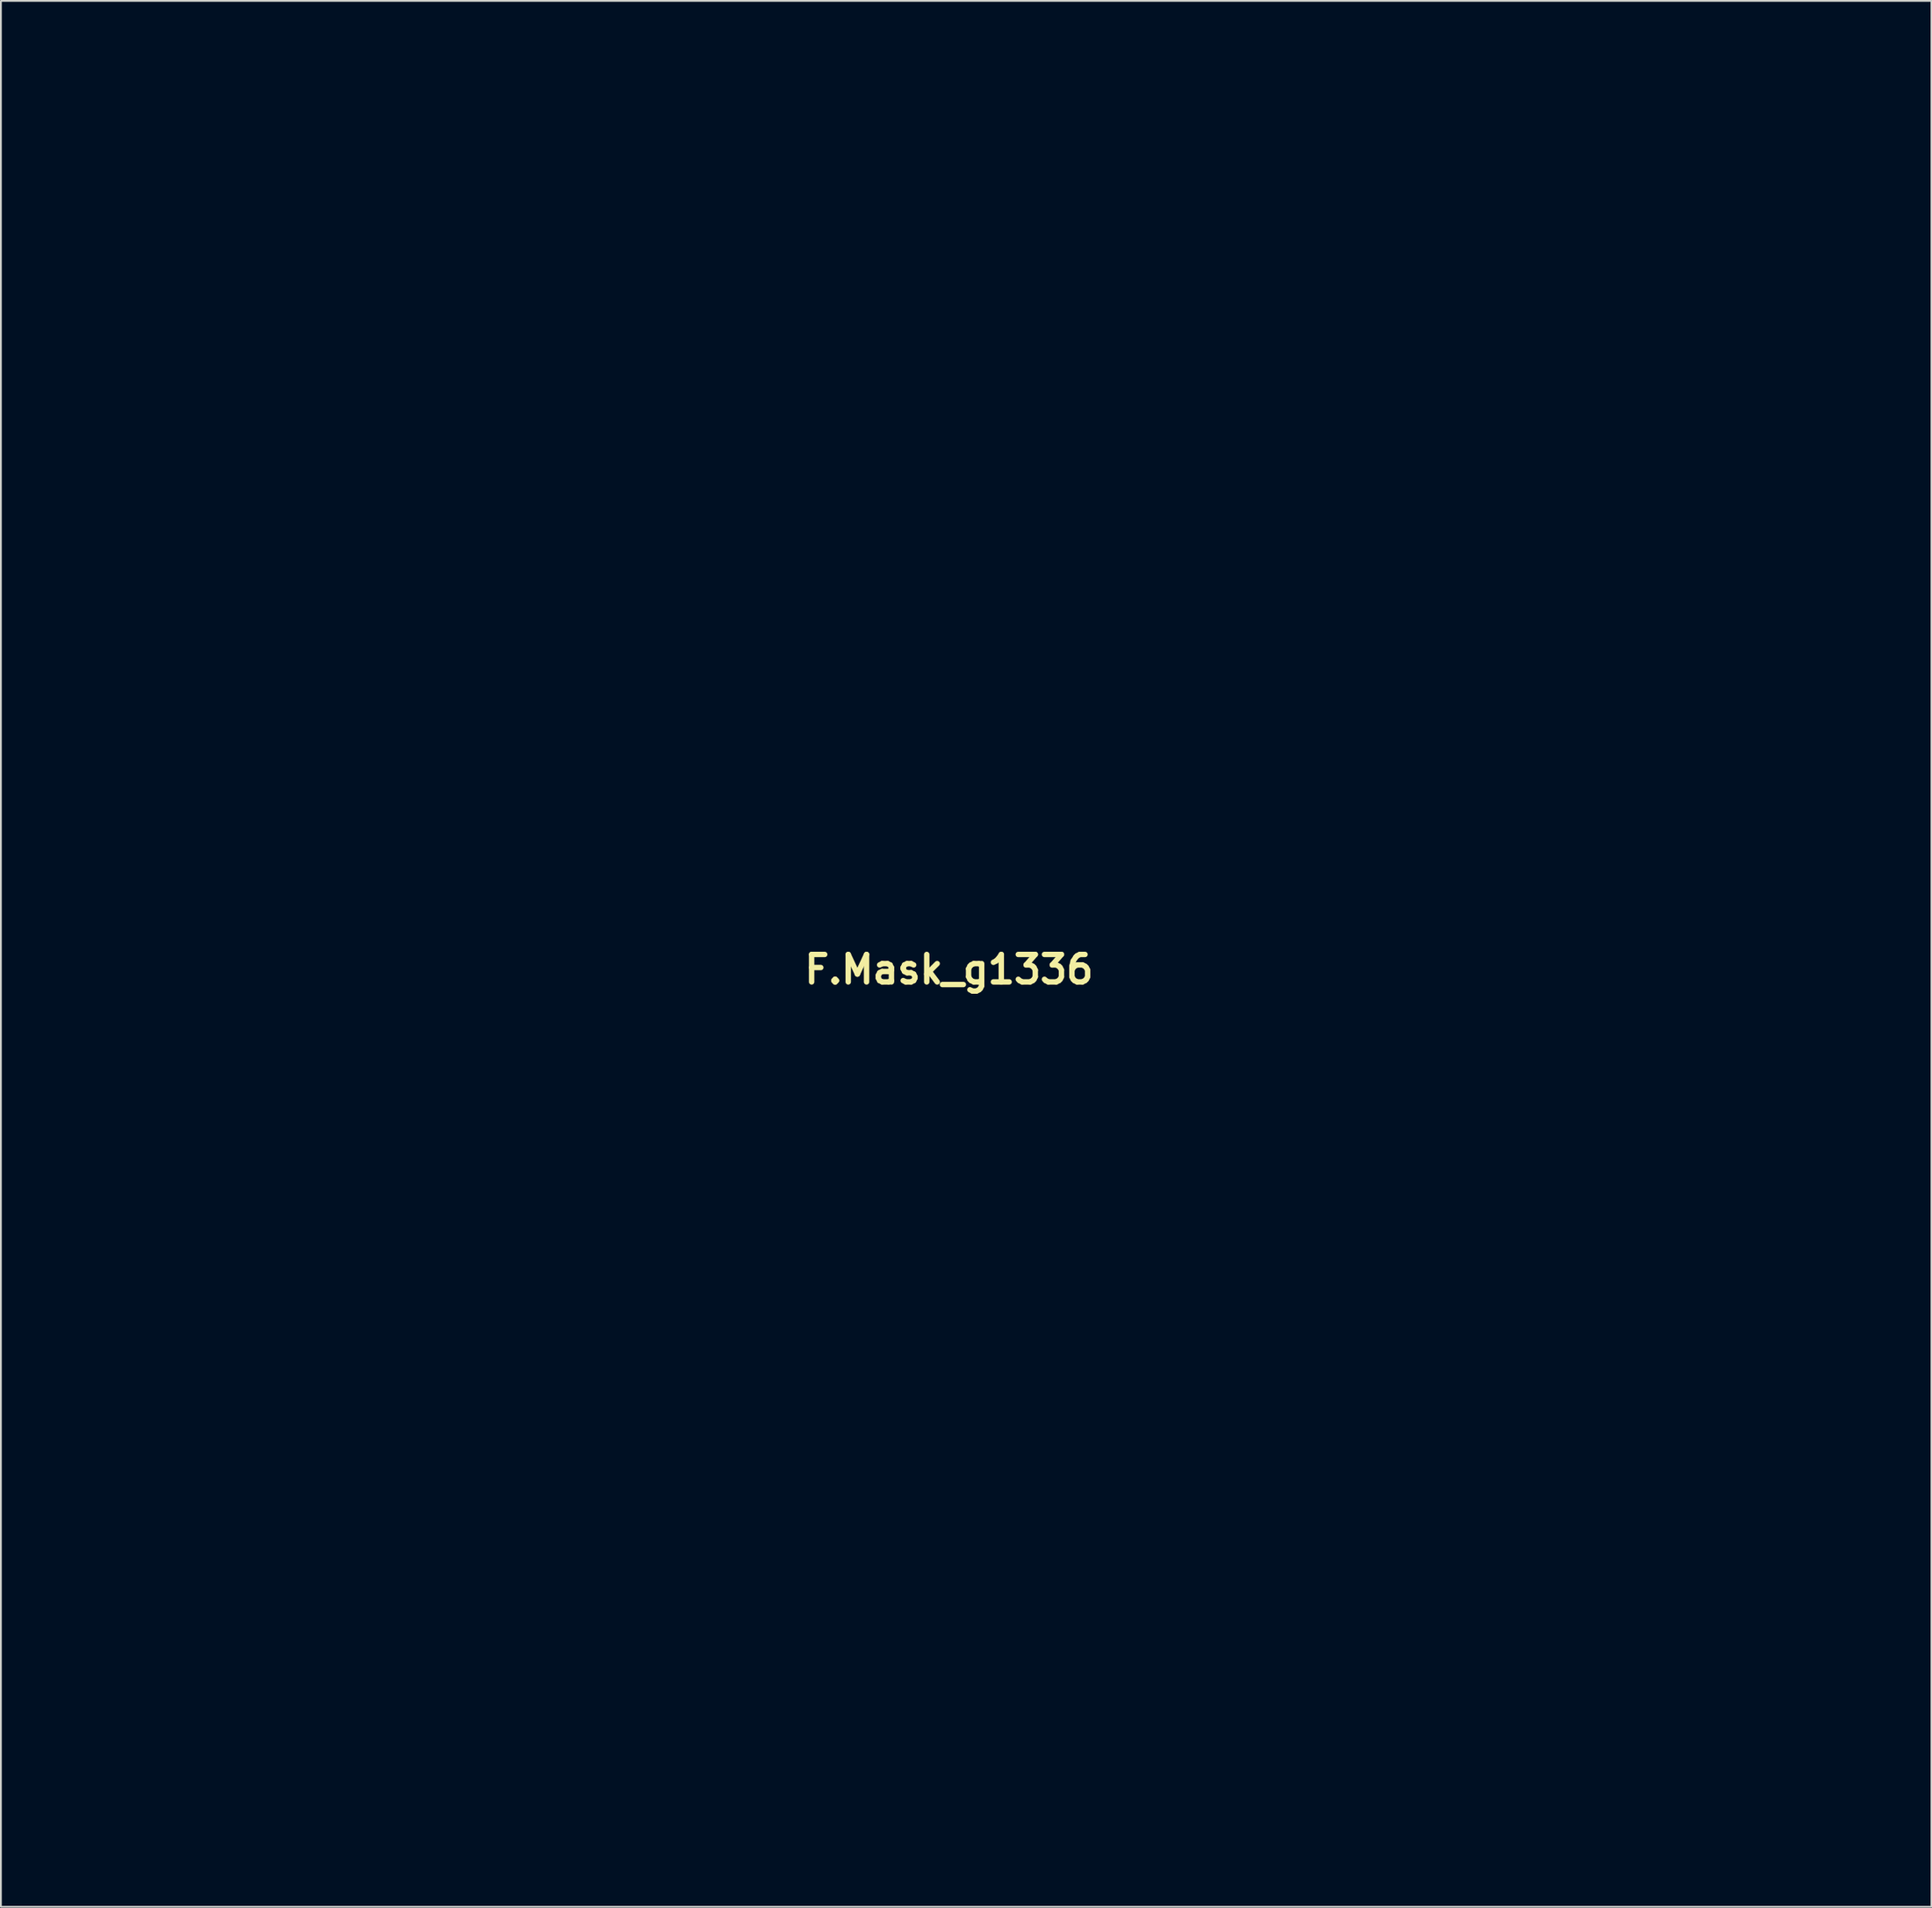
<source format=kicad_pcb>
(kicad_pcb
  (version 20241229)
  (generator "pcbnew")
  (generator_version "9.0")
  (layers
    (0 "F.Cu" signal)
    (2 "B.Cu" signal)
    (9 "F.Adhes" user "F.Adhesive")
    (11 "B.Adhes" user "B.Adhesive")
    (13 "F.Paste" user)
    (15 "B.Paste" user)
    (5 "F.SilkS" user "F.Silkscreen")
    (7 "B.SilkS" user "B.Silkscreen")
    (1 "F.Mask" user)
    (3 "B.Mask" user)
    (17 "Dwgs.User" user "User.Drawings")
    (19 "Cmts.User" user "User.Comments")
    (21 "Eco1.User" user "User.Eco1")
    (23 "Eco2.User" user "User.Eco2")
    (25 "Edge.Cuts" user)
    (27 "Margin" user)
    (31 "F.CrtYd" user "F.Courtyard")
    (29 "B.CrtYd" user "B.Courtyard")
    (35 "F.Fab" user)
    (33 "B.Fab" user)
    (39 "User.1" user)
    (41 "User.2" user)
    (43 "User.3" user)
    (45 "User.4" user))
  (footprint "F.Mask_g1336"
    (layer "F.Cu")
    (at 49.599 50.758)
    (property "Reference" "F.Mask_g1336" (at 0 0 0) (layer "F.SilkS") (effects (font (size 1.524 1.524) (thickness 0.3))))
    (attr through_hole)
    (fp_poly (pts (xy 8.44 -9.267) (xy 8.44 -9.265) (xy 8.429 -9.24) (xy 8.404 -9.18) (xy 8.367 -9.09) (xy 8.318 -8.973) (xy 8.26 -8.835) (xy 8.194 -8.678) (xy 8.123 -8.508) (xy 8.087 -8.423) (xy 7.745 -7.608) (xy 7.444 -7.441) (xy 6.633 -6.97) (xy 5.84 -6.472) (xy 5.071 -5.948) (xy 4.326 -5.4) (xy 3.609 -4.831) (xy 2.922 -4.243) (xy 2.268 -3.638) (xy 1.65 -3.019) (xy 1.076 -2.392) (xy 0.496 -1.699) (xy -0.049 -0.985) (xy -0.558 -0.25) (xy -1.03 0.504) (xy -1.463 1.276) (xy -1.793 1.928) (xy -1.874 2.09) (xy -1.946 2.216) (xy -2.012 2.312) (xy -2.076 2.382) (xy -2.143 2.432) (xy -2.217 2.465) (xy -2.24 2.473) (xy -2.375 2.496) (xy -2.517 2.492) (xy -2.647 2.461) (xy -2.679 2.447) (xy -2.793 2.374) (xy -2.889 2.272) (xy -2.958 2.154) (xy -2.974 2.108) (xy -2.992 2.041) (xy -3.002 1.977) (xy -3.003 1.914) (xy -2.993 1.844) (xy -2.971 1.764) (xy -2.935 1.668) (xy -2.884 1.55) (xy -2.816 1.405) (xy -2.729 1.229) (xy -2.724 1.217) (xy -2.297 0.402) (xy -1.834 -0.394) (xy -1.334 -1.169) (xy -0.797 -1.924) (xy -0.224 -2.658) (xy 0.386 -3.371) (xy 1.03 -4.062) (xy 1.711 -4.732) (xy 2.426 -5.38) (xy 3.176 -6.005) (xy 3.961 -6.608) (xy 4.779 -7.187) (xy 5.632 -7.744) (xy 6.518 -8.276) (xy 6.805 -8.44) (xy 6.996 -8.546) (xy 7.188 -8.651) (xy 7.379 -8.754) (xy 7.564 -8.852) (xy 7.741 -8.944) (xy 7.905 -9.028) (xy 8.054 -9.102) (xy 8.183 -9.165) (xy 8.29 -9.215) (xy 8.371 -9.249) (xy 8.422 -9.267) (xy 8.44 -9.267)) (stroke (width 0.01) (type solid)) (fill yes) (layer "F.Mask"))
    (fp_poly (pts (xy -10.326 21.451) (xy -10.256 21.475) (xy -10.231 21.486) (xy -10.138 21.552) (xy -10.076 21.639) (xy -10.046 21.74) (xy -10.049 21.846) (xy -10.085 21.949) (xy -10.157 22.04) (xy -10.159 22.041) (xy -10.197 22.072) (xy -10.242 22.098) (xy -10.301 22.122) (xy -10.382 22.146) (xy -10.495 22.176) (xy -10.521 22.182) (xy -10.838 22.264) (xy -11.184 22.359) (xy -11.552 22.466) (xy -11.933 22.582) (xy -12.319 22.704) (xy -12.701 22.829) (xy -13.07 22.956) (xy -13.418 23.081) (xy -13.451 23.093) (xy -14.479 23.494) (xy -15.503 23.936) (xy -16.519 24.417) (xy -17.525 24.937) (xy -18.519 25.493) (xy -19.498 26.085) (xy -20.193 26.533) (xy -20.661 26.848) (xy -21.12 27.169) (xy -21.565 27.491) (xy -21.991 27.811) (xy -22.393 28.124) (xy -22.766 28.427) (xy -23.036 28.657) (xy -23.156 28.761) (xy -23.25 28.839) (xy -23.323 28.896) (xy -23.38 28.935) (xy -23.427 28.959) (xy -23.469 28.971) (xy -23.512 28.975) (xy -23.535 28.976) (xy -23.592 28.969) (xy -23.679 28.951) (xy -23.783 28.925) (xy -23.894 28.894) (xy -23.908 28.889) (xy -24.445 28.705) (xy -24.989 28.478) (xy -25.539 28.211) (xy -26.094 27.902) (xy -26.654 27.553) (xy -27.218 27.164) (xy -27.786 26.734) (xy -28.358 26.265) (xy -28.691 25.974) (xy -28.791 25.883) (xy -28.906 25.776) (xy -29.032 25.656) (xy -29.165 25.526) (xy -29.302 25.392) (xy -29.438 25.256) (xy -29.57 25.124) (xy -29.693 24.998) (xy -29.803 24.884) (xy -29.897 24.784) (xy -29.971 24.703) (xy -30.02 24.645) (xy -30.036 24.623) (xy -30.086 24.511) (xy -30.1 24.398) (xy -30.08 24.292) (xy -30.029 24.2) (xy -29.95 24.128) (xy -29.848 24.083) (xy -29.788 24.072) (xy -29.729 24.071) (xy -29.673 24.082) (xy -29.614 24.107) (xy -29.55 24.151) (xy -29.473 24.217) (xy -29.381 24.307) (xy -29.267 24.426) (xy -29.236 24.459) (xy -28.919 24.787) (xy -28.57 25.124) (xy -28.197 25.464) (xy -27.807 25.801) (xy -27.409 26.127) (xy -27.009 26.438) (xy -26.615 26.725) (xy -26.31 26.934) (xy -25.899 27.196) (xy -25.485 27.439) (xy -25.077 27.657) (xy -24.683 27.848) (xy -24.522 27.919) (xy -24.437 27.954) (xy -24.333 27.995) (xy -24.216 28.04) (xy -24.093 28.085) (xy -23.973 28.129) (xy -23.861 28.168) (xy -23.765 28.201) (xy -23.692 28.224) (xy -23.649 28.236) (xy -23.643 28.236) (xy -23.622 28.223) (xy -23.575 28.188) (xy -23.508 28.134) (xy -23.428 28.068) (xy -23.397 28.042) (xy -23.09 27.788) (xy -22.756 27.521) (xy -22.402 27.246) (xy -22.038 26.971) (xy -21.672 26.703) (xy -21.314 26.448) (xy -21.294 26.434) (xy -20.373 25.813) (xy -19.431 25.221) (xy -18.472 24.661) (xy -17.499 24.132) (xy -16.514 23.638) (xy -15.521 23.18) (xy -14.525 22.759) (xy -13.527 22.377) (xy -12.795 22.123) (xy -12.6 22.059) (xy -12.39 21.993) (xy -12.172 21.925) (xy -11.948 21.857) (xy -11.724 21.791) (xy -11.504 21.727) (xy -11.291 21.666) (xy -11.09 21.61) (xy -10.905 21.56) (xy -10.741 21.518) (xy -10.602 21.483) (xy -10.492 21.459) (xy -10.415 21.445) (xy -10.384 21.442) (xy -10.326 21.451)) (stroke (width 0.01) (type solid)) (fill yes) (layer "F.Mask"))
    (fp_poly (pts (xy -25.291 36.954) (xy -25.264 37.003) (xy -25.225 37.077) (xy -25.177 37.17) (xy -25.142 37.237) (xy -25.035 37.434) (xy -24.906 37.65) (xy -24.764 37.873) (xy -24.615 38.092) (xy -24.468 38.294) (xy -24.396 38.386) (xy -24.289 38.513) (xy -24.159 38.657) (xy -24.012 38.811) (xy -23.856 38.966) (xy -23.699 39.117) (xy -23.547 39.256) (xy -23.409 39.376) (xy -23.305 39.458) (xy -23.1 39.605) (xy -22.885 39.746) (xy -22.67 39.877) (xy -22.461 39.993) (xy -22.267 40.09) (xy -22.095 40.163) (xy -22.093 40.164) (xy -22.036 40.186) (xy -21.999 40.203) (xy -21.992 40.208) (xy -22 40.231) (xy -22.022 40.289) (xy -22.057 40.381) (xy -22.105 40.503) (xy -22.163 40.652) (xy -22.23 40.824) (xy -22.306 41.018) (xy -22.389 41.228) (xy -22.478 41.453) (xy -22.572 41.69) (xy -22.669 41.934) (xy -22.768 42.184) (xy -22.868 42.436) (xy -22.967 42.687) (xy -23.065 42.933) (xy -23.16 43.172) (xy -23.251 43.401) (xy -23.337 43.616) (xy -23.417 43.814) (xy -23.488 43.993) (xy -23.551 44.149) (xy -23.603 44.279) (xy -23.644 44.379) (xy -23.673 44.448) (xy -23.687 44.481) (xy -23.688 44.482) (xy -23.776 44.63) (xy -23.896 44.796) (xy -24.045 44.974) (xy -24.219 45.161) (xy -24.326 45.267) (xy -24.575 45.496) (xy -24.847 45.721) (xy -25.137 45.941) (xy -25.442 46.154) (xy -25.76 46.359) (xy -26.086 46.554) (xy -26.418 46.738) (xy -26.751 46.909) (xy -27.084 47.065) (xy -27.412 47.205) (xy -27.731 47.327) (xy -28.04 47.43) (xy -28.333 47.513) (xy -28.609 47.572) (xy -28.863 47.608) (xy -29.093 47.618) (xy -29.282 47.603) (xy -29.446 47.56) (xy -29.607 47.484) (xy -29.767 47.371) (xy -29.927 47.222) (xy -30.088 47.035) (xy -30.252 46.808) (xy -30.42 46.541) (xy -30.421 46.54) (xy -30.611 46.195) (xy -30.793 45.814) (xy -30.966 45.406) (xy -31.127 44.977) (xy -31.273 44.535) (xy -31.402 44.086) (xy -31.511 43.638) (xy -31.597 43.198) (xy -31.599 43.191) (xy -31.634 42.974) (xy -31.66 42.785) (xy -31.678 42.61) (xy -31.689 42.436) (xy -31.694 42.248) (xy -31.695 42.111) (xy -31.693 41.911) (xy -31.686 41.744) (xy -31.673 41.601) (xy -31.652 41.475) (xy -31.623 41.356) (xy -31.591 41.255) (xy -31.575 41.211) (xy -31.545 41.133) (xy -31.503 41.023) (xy -31.45 40.885) (xy -31.386 40.723) (xy -31.314 40.538) (xy -31.235 40.335) (xy -31.149 40.117) (xy -31.059 39.886) (xy -30.964 39.647) (xy -30.868 39.401) (xy -30.77 39.153) (xy -30.672 38.905) (xy -30.575 38.66) (xy -30.481 38.422) (xy -30.391 38.194) (xy -30.306 37.979) (xy -30.227 37.78) (xy -30.155 37.601) (xy -30.092 37.444) (xy -30.039 37.312) (xy -29.998 37.209) (xy -29.969 37.138) (xy -29.953 37.102) (xy -29.951 37.098) (xy -29.926 37.098) (xy -29.869 37.109) (xy -29.791 37.131) (xy -29.715 37.156) (xy -29.384 37.258) (xy -29.06 37.337) (xy -28.732 37.392) (xy -28.391 37.427) (xy -28.026 37.442) (xy -27.887 37.444) (xy -27.362 37.423) (xy -26.841 37.363) (xy -26.33 37.263) (xy -25.831 37.124) (xy -25.533 37.021) (xy -25.444 36.987) (xy -25.37 36.96) (xy -25.32 36.942) (xy -25.302 36.936) (xy -25.291 36.954)) (stroke (width 0.01) (type solid)) (fill yes) (layer "F.Mask"))
    (fp_poly (pts (xy 16.454 -14.997) (xy 16.521 -14.969) (xy 16.617 -14.924) (xy 16.736 -14.865) (xy 16.876 -14.794) (xy 17.032 -14.714) (xy 17.199 -14.625) (xy 17.374 -14.532) (xy 17.552 -14.435) (xy 17.73 -14.337) (xy 17.903 -14.24) (xy 18.066 -14.147) (xy 18.216 -14.06) (xy 18.288 -14.017) (xy 18.424 -13.934) (xy 18.572 -13.841) (xy 18.727 -13.742) (xy 18.884 -13.641) (xy 19.037 -13.54) (xy 19.181 -13.443) (xy 19.311 -13.354) (xy 19.421 -13.277) (xy 19.506 -13.215) (xy 19.561 -13.171) (xy 19.565 -13.168) (xy 19.658 -13.056) (xy 19.719 -12.926) (xy 19.746 -12.784) (xy 19.739 -12.64) (xy 19.697 -12.502) (xy 19.62 -12.377) (xy 19.619 -12.376) (xy 19.52 -12.286) (xy 19.395 -12.22) (xy 19.257 -12.182) (xy 19.118 -12.176) (xy 19.034 -12.19) (xy 18.988 -12.21) (xy 18.915 -12.249) (xy 18.821 -12.303) (xy 18.714 -12.369) (xy 18.601 -12.442) (xy 18.6 -12.443) (xy 18.391 -12.581) (xy 18.205 -12.7) (xy 18.036 -12.808) (xy 17.871 -12.908) (xy 17.702 -13.008) (xy 17.519 -13.114) (xy 17.42 -13.17) (xy 17.22 -13.283) (xy 17.034 -13.385) (xy 16.866 -13.476) (xy 16.718 -13.554) (xy 16.593 -13.617) (xy 16.495 -13.665) (xy 16.426 -13.694) (xy 16.389 -13.704) (xy 16.385 -13.703) (xy 16.378 -13.679) (xy 16.363 -13.618) (xy 16.34 -13.522) (xy 16.312 -13.396) (xy 16.277 -13.242) (xy 16.238 -13.064) (xy 16.194 -12.865) (xy 16.147 -12.649) (xy 16.098 -12.42) (xy 16.078 -12.33) (xy 16.027 -12.093) (xy 15.978 -11.867) (xy 15.932 -11.655) (xy 15.889 -11.459) (xy 15.85 -11.286) (xy 15.817 -11.137) (xy 15.79 -11.017) (xy 15.769 -10.93) (xy 15.756 -10.879) (xy 15.754 -10.871) (xy 15.708 -10.773) (xy 15.637 -10.677) (xy 15.552 -10.597) (xy 15.485 -10.554) (xy 15.444 -10.539) (xy 15.368 -10.516) (xy 15.267 -10.487) (xy 15.146 -10.454) (xy 15.014 -10.42) (xy 14.986 -10.413) (xy 14.641 -10.322) (xy 14.264 -10.216) (xy 13.863 -10.097) (xy 13.446 -9.967) (xy 13.02 -9.829) (xy 12.592 -9.685) (xy 12.169 -9.537) (xy 11.759 -9.389) (xy 11.37 -9.241) (xy 11.128 -9.146) (xy 11.042 -9.112) (xy 10.988 -9.092) (xy 10.958 -9.083) (xy 10.946 -9.085) (xy 10.945 -9.095) (xy 10.945 -9.096) (xy 10.961 -9.117) (xy 11.001 -9.157) (xy 11.057 -9.208) (xy 11.067 -9.216) (xy 11.23 -9.36) (xy 11.418 -9.531) (xy 11.625 -9.723) (xy 11.846 -9.931) (xy 12.077 -10.152) (xy 12.311 -10.38) (xy 12.46 -10.527) (xy 13.035 -11.096) (xy 13.603 -11.249) (xy 13.77 -11.294) (xy 13.94 -11.339) (xy 14.104 -11.382) (xy 14.252 -11.421) (xy 14.377 -11.453) (xy 14.451 -11.471) (xy 14.576 -11.504) (xy 14.664 -11.531) (xy 14.717 -11.553) (xy 14.74 -11.573) (xy 14.741 -11.575) (xy 14.747 -11.603) (xy 14.762 -11.667) (xy 14.783 -11.764) (xy 14.81 -11.889) (xy 14.843 -12.038) (xy 14.879 -12.206) (xy 14.919 -12.389) (xy 14.945 -12.509) (xy 15.138 -13.409) (xy 15.244 -13.536) (xy 15.363 -13.68) (xy 15.496 -13.845) (xy 15.638 -14.022) (xy 15.781 -14.202) (xy 15.918 -14.377) (xy 16.043 -14.538) (xy 16.148 -14.677) (xy 16.161 -14.694) (xy 16.236 -14.793) (xy 16.304 -14.879) (xy 16.361 -14.947) (xy 16.401 -14.991) (xy 16.42 -15.006) (xy 16.454 -14.997)) (stroke (width 0.01) (type solid)) (fill yes) (layer "F.Mask"))
    (fp_poly (pts (xy 27.697 38.465) (xy 27.706 38.485) (xy 27.731 38.541) (xy 27.77 38.63) (xy 27.823 38.752) (xy 27.889 38.901) (xy 27.965 39.078) (xy 28.052 39.277) (xy 28.149 39.498) (xy 28.253 39.738) (xy 28.364 39.993) (xy 28.481 40.263) (xy 28.603 40.543) (xy 28.604 40.545) (xy 28.762 40.91) (xy 28.904 41.237) (xy 29.029 41.529) (xy 29.14 41.787) (xy 29.236 42.013) (xy 29.317 42.207) (xy 29.386 42.372) (xy 29.441 42.508) (xy 29.485 42.619) (xy 29.517 42.704) (xy 29.538 42.765) (xy 29.547 42.799) (xy 29.594 43.062) (xy 29.619 43.357) (xy 29.623 43.682) (xy 29.607 44.032) (xy 29.57 44.403) (xy 29.514 44.792) (xy 29.439 45.196) (xy 29.345 45.611) (xy 29.232 46.033) (xy 29.102 46.458) (xy 29.101 46.461) (xy 28.985 46.793) (xy 28.858 47.119) (xy 28.723 47.434) (xy 28.582 47.73) (xy 28.44 47.999) (xy 28.299 48.235) (xy 28.268 48.281) (xy 28.167 48.423) (xy 28.054 48.56) (xy 27.938 48.685) (xy 27.824 48.793) (xy 27.718 48.875) (xy 27.644 48.919) (xy 27.556 48.955) (xy 27.462 48.986) (xy 27.415 48.998) (xy 27.348 49.007) (xy 27.25 49.014) (xy 27.135 49.018) (xy 27.013 49.019) (xy 26.899 49.017) (xy 26.802 49.011) (xy 26.765 49.007) (xy 26.442 48.951) (xy 26.097 48.866) (xy 25.734 48.754) (xy 25.358 48.617) (xy 24.974 48.459) (xy 24.587 48.281) (xy 24.203 48.087) (xy 23.826 47.879) (xy 23.461 47.659) (xy 23.113 47.431) (xy 22.788 47.197) (xy 22.489 46.959) (xy 22.223 46.719) (xy 22.066 46.562) (xy 22.016 46.508) (xy 21.97 46.458) (xy 21.928 46.41) (xy 21.888 46.36) (xy 21.848 46.307) (xy 21.808 46.248) (xy 21.767 46.18) (xy 21.723 46.102) (xy 21.674 46.01) (xy 21.621 45.903) (xy 21.561 45.777) (xy 21.493 45.632) (xy 21.417 45.463) (xy 21.331 45.269) (xy 21.233 45.048) (xy 21.123 44.796) (xy 20.999 44.512) (xy 20.86 44.193) (xy 20.765 43.974) (xy 20.643 43.694) (xy 20.526 43.426) (xy 20.415 43.171) (xy 20.311 42.931) (xy 20.215 42.71) (xy 20.128 42.51) (xy 20.052 42.334) (xy 19.987 42.184) (xy 19.934 42.063) (xy 19.895 41.972) (xy 19.87 41.916) (xy 19.862 41.896) (xy 19.876 41.878) (xy 19.924 41.845) (xy 20 41.799) (xy 20.099 41.745) (xy 20.157 41.715) (xy 20.282 41.647) (xy 20.415 41.573) (xy 20.541 41.499) (xy 20.647 41.433) (xy 20.671 41.417) (xy 21.042 41.146) (xy 21.399 40.839) (xy 21.738 40.499) (xy 22.056 40.132) (xy 22.348 39.743) (xy 22.61 39.335) (xy 22.839 38.914) (xy 22.937 38.708) (xy 22.976 38.621) (xy 23.009 38.549) (xy 23.031 38.501) (xy 23.04 38.485) (xy 23.061 38.489) (xy 23.113 38.504) (xy 23.187 38.528) (xy 23.234 38.544) (xy 23.383 38.593) (xy 23.561 38.645) (xy 23.754 38.697) (xy 23.949 38.744) (xy 24.132 38.784) (xy 24.194 38.796) (xy 24.47 38.843) (xy 24.742 38.875) (xy 25.021 38.894) (xy 25.32 38.901) (xy 25.58 38.898) (xy 25.935 38.883) (xy 26.26 38.853) (xy 26.564 38.807) (xy 26.856 38.743) (xy 27.147 38.659) (xy 27.446 38.554) (xy 27.451 38.552) (xy 27.544 38.517) (xy 27.621 38.489) (xy 27.675 38.47) (xy 27.697 38.465) (xy 27.697 38.465)) (stroke (width 0.01) (type solid)) (fill yes) (layer "F.Mask"))
    (fp_poly (pts (xy 25.783 -50.397) (xy 25.797 -50.369) (xy 25.815 -50.321) (xy 25.838 -50.249) (xy 25.867 -50.15) (xy 25.904 -50.022) (xy 25.949 -49.86) (xy 26.004 -49.662) (xy 26.034 -49.551) (xy 26.276 -48.662) (xy 27.452 -48.662) (xy 27.673 -48.662) (xy 27.881 -48.661) (xy 28.074 -48.66) (xy 28.247 -48.658) (xy 28.396 -48.657) (xy 28.518 -48.655) (xy 28.607 -48.653) (xy 28.661 -48.651) (xy 28.675 -48.649) (xy 28.678 -48.642) (xy 28.667 -48.627) (xy 28.638 -48.602) (xy 28.589 -48.564) (xy 28.518 -48.514) (xy 28.424 -48.449) (xy 28.303 -48.368) (xy 28.154 -48.27) (xy 27.974 -48.152) (xy 27.762 -48.014) (xy 27.659 -47.947) (xy 27.468 -47.823) (xy 27.288 -47.707) (xy 27.122 -47.599) (xy 26.973 -47.502) (xy 26.844 -47.419) (xy 26.738 -47.35) (xy 26.659 -47.299) (xy 26.609 -47.266) (xy 26.591 -47.255) (xy 26.597 -47.235) (xy 26.615 -47.179) (xy 26.645 -47.092) (xy 26.684 -46.977) (xy 26.732 -46.838) (xy 26.786 -46.68) (xy 26.846 -46.506) (xy 26.884 -46.396) (xy 26.993 -46.083) (xy 27.089 -45.807) (xy 27.172 -45.567) (xy 27.244 -45.36) (xy 27.305 -45.183) (xy 27.356 -45.034) (xy 27.398 -44.911) (xy 27.431 -44.812) (xy 27.457 -44.734) (xy 27.476 -44.674) (xy 27.489 -44.631) (xy 27.497 -44.603) (xy 27.5 -44.586) (xy 27.5 -44.578) (xy 27.498 -44.577) (xy 27.479 -44.589) (xy 27.428 -44.625) (xy 27.349 -44.681) (xy 27.244 -44.756) (xy 27.117 -44.849) (xy 26.97 -44.956) (xy 26.805 -45.076) (xy 26.627 -45.207) (xy 26.437 -45.346) (xy 26.33 -45.425) (xy 26.129 -45.572) (xy 25.94 -45.71) (xy 25.764 -45.837) (xy 25.605 -45.952) (xy 25.465 -46.051) (xy 25.347 -46.134) (xy 25.254 -46.198) (xy 25.188 -46.242) (xy 25.152 -46.263) (xy 25.146 -46.264) (xy 25.123 -46.252) (xy 25.067 -46.221) (xy 24.98 -46.171) (xy 24.865 -46.104) (xy 24.725 -46.023) (xy 24.562 -45.928) (xy 24.381 -45.822) (xy 24.183 -45.706) (xy 23.972 -45.581) (xy 23.75 -45.45) (xy 23.709 -45.426) (xy 23.486 -45.295) (xy 23.274 -45.17) (xy 23.075 -45.054) (xy 22.892 -44.947) (xy 22.729 -44.852) (xy 22.587 -44.771) (xy 22.47 -44.703) (xy 22.38 -44.653) (xy 22.321 -44.62) (xy 22.295 -44.607) (xy 22.294 -44.607) (xy 22.302 -44.627) (xy 22.329 -44.681) (xy 22.374 -44.766) (xy 22.434 -44.88) (xy 22.509 -45.02) (xy 22.597 -45.182) (xy 22.696 -45.365) (xy 22.804 -45.565) (xy 22.921 -45.779) (xy 23.045 -46.005) (xy 23.079 -46.068) (xy 23.875 -47.519) (xy 23.345 -48.293) (xy 23.235 -48.454) (xy 23.133 -48.604) (xy 23.041 -48.74) (xy 22.962 -48.857) (xy 22.899 -48.953) (xy 22.853 -49.023) (xy 22.827 -49.065) (xy 22.822 -49.075) (xy 22.843 -49.075) (xy 22.903 -49.07) (xy 22.997 -49.062) (xy 23.121 -49.051) (xy 23.271 -49.037) (xy 23.443 -49.02) (xy 23.632 -49.002) (xy 23.835 -48.981) (xy 23.866 -48.978) (xy 24.072 -48.958) (xy 24.265 -48.938) (xy 24.442 -48.921) (xy 24.599 -48.906) (xy 24.73 -48.893) (xy 24.833 -48.883) (xy 24.902 -48.877) (xy 24.934 -48.874) (xy 24.935 -48.874) (xy 24.954 -48.893) (xy 24.991 -48.949) (xy 25.045 -49.043) (xy 25.117 -49.172) (xy 25.205 -49.337) (xy 25.309 -49.537) (xy 25.353 -49.621) (xy 25.438 -49.786) (xy 25.519 -49.941) (xy 25.591 -50.08) (xy 25.654 -50.2) (xy 25.705 -50.296) (xy 25.742 -50.364) (xy 25.763 -50.4) (xy 25.765 -50.404) (xy 25.773 -50.408) (xy 25.783 -50.397)) (stroke (width 0.01) (type solid)) (fill yes) (layer "F.Mask"))
    (fp_poly (pts (xy -19.136 -50.736) (xy -19.108 -50.686) (xy -19.065 -50.606) (xy -19.009 -50.499) (xy -18.943 -50.37) (xy -18.868 -50.222) (xy -18.786 -50.06) (xy -18.744 -49.977) (xy -18.647 -49.782) (xy -18.566 -49.622) (xy -18.5 -49.493) (xy -18.447 -49.393) (xy -18.406 -49.317) (xy -18.373 -49.262) (xy -18.348 -49.226) (xy -18.329 -49.204) (xy -18.313 -49.194) (xy -18.301 -49.191) (xy -18.271 -49.193) (xy -18.202 -49.198) (xy -18.1 -49.206) (xy -17.969 -49.217) (xy -17.814 -49.23) (xy -17.638 -49.245) (xy -17.446 -49.261) (xy -17.259 -49.277) (xy -17.058 -49.294) (xy -16.869 -49.31) (xy -16.696 -49.324) (xy -16.544 -49.336) (xy -16.417 -49.345) (xy -16.32 -49.352) (xy -16.257 -49.356) (xy -16.232 -49.356) (xy -16.229 -49.346) (xy -16.242 -49.316) (xy -16.271 -49.265) (xy -16.318 -49.19) (xy -16.384 -49.091) (xy -16.471 -48.963) (xy -16.581 -48.806) (xy -16.714 -48.617) (xy -16.734 -48.588) (xy -16.85 -48.423) (xy -16.956 -48.27) (xy -17.05 -48.133) (xy -17.129 -48.014) (xy -17.192 -47.918) (xy -17.236 -47.848) (xy -17.259 -47.806) (xy -17.261 -47.797) (xy -17.25 -47.774) (xy -17.22 -47.716) (xy -17.173 -47.628) (xy -17.112 -47.51) (xy -17.036 -47.367) (xy -16.949 -47.201) (xy -16.851 -47.015) (xy -16.744 -46.812) (xy -16.629 -46.596) (xy -16.509 -46.368) (xy -16.488 -46.33) (xy -16.367 -46.101) (xy -16.252 -45.884) (xy -16.145 -45.68) (xy -16.046 -45.493) (xy -15.958 -45.325) (xy -15.882 -45.181) (xy -15.819 -45.061) (xy -15.771 -44.97) (xy -15.74 -44.909) (xy -15.727 -44.883) (xy -15.727 -44.882) (xy -15.742 -44.875) (xy -15.743 -44.875) (xy -15.763 -44.886) (xy -15.816 -44.918) (xy -15.9 -44.968) (xy -16.012 -45.035) (xy -16.149 -45.118) (xy -16.307 -45.214) (xy -16.485 -45.323) (xy -16.68 -45.441) (xy -16.889 -45.569) (xy -17.108 -45.703) (xy -17.156 -45.732) (xy -17.377 -45.867) (xy -17.589 -45.996) (xy -17.788 -46.117) (xy -17.97 -46.227) (xy -18.135 -46.326) (xy -18.278 -46.412) (xy -18.396 -46.483) (xy -18.488 -46.536) (xy -18.549 -46.572) (xy -18.579 -46.587) (xy -18.58 -46.587) (xy -18.602 -46.575) (xy -18.655 -46.541) (xy -18.736 -46.486) (xy -18.844 -46.412) (xy -18.974 -46.321) (xy -19.124 -46.216) (xy -19.291 -46.098) (xy -19.473 -45.969) (xy -19.666 -45.832) (xy -19.776 -45.753) (xy -19.973 -45.613) (xy -20.16 -45.48) (xy -20.334 -45.356) (xy -20.492 -45.244) (xy -20.632 -45.146) (xy -20.75 -45.064) (xy -20.843 -44.999) (xy -20.909 -44.954) (xy -20.946 -44.93) (xy -20.952 -44.927) (xy -20.946 -44.947) (xy -20.927 -45.005) (xy -20.896 -45.095) (xy -20.854 -45.215) (xy -20.801 -45.362) (xy -20.741 -45.532) (xy -20.672 -45.723) (xy -20.598 -45.93) (xy -20.518 -46.15) (xy -20.478 -46.26) (xy -20.39 -46.501) (xy -20.309 -46.727) (xy -20.236 -46.932) (xy -20.172 -47.116) (xy -20.117 -47.274) (xy -20.073 -47.405) (xy -20.041 -47.504) (xy -20.021 -47.571) (xy -20.015 -47.601) (xy -20.015 -47.602) (xy -20.036 -47.616) (xy -20.088 -47.653) (xy -20.17 -47.708) (xy -20.277 -47.78) (xy -20.407 -47.868) (xy -20.556 -47.969) (xy -20.722 -48.08) (xy -20.9 -48.2) (xy -21.066 -48.311) (xy -21.253 -48.437) (xy -21.429 -48.555) (xy -21.591 -48.665) (xy -21.736 -48.764) (xy -21.861 -48.849) (xy -21.963 -48.919) (xy -22.038 -48.971) (xy -22.084 -49.004) (xy -22.098 -49.016) (xy -22.077 -49.018) (xy -22.018 -49.02) (xy -21.924 -49.021) (xy -21.799 -49.022) (xy -21.647 -49.022) (xy -21.47 -49.022) (xy -21.274 -49.022) (xy -21.062 -49.021) (xy -20.878 -49.02) (xy -19.659 -49.011) (xy -19.408 -49.877) (xy -19.354 -50.061) (xy -19.304 -50.232) (xy -19.259 -50.385) (xy -19.22 -50.518) (xy -19.187 -50.625) (xy -19.164 -50.702) (xy -19.15 -50.745) (xy -19.147 -50.753) (xy -19.136 -50.736)) (stroke (width 0.01) (type solid)) (fill yes) (layer "F.Mask"))
    (fp_poly (pts (xy -45.103 30.851) (xy -45.086 30.911) (xy -45.06 31.007) (xy -45.025 31.137) (xy -44.982 31.298) (xy -44.931 31.488) (xy -44.874 31.704) (xy -44.811 31.944) (xy -44.742 32.206) (xy -44.668 32.486) (xy -44.59 32.782) (xy -44.509 33.093) (xy -44.425 33.415) (xy -44.419 33.439) (xy -43.741 36.036) (xy -43.645 36.052) (xy -43.612 36.057) (xy -43.539 36.069) (xy -43.43 36.085) (xy -43.288 36.106) (xy -43.116 36.132) (xy -42.916 36.162) (xy -42.692 36.195) (xy -42.446 36.232) (xy -42.181 36.271) (xy -41.9 36.313) (xy -41.606 36.357) (xy -41.328 36.398) (xy -41.027 36.443) (xy -40.737 36.486) (xy -40.462 36.527) (xy -40.205 36.566) (xy -39.967 36.601) (xy -39.752 36.634) (xy -39.563 36.663) (xy -39.402 36.687) (xy -39.273 36.707) (xy -39.177 36.722) (xy -39.117 36.732) (xy -39.097 36.736) (xy -39.097 36.752) (xy -39.116 36.762) (xy -39.172 36.79) (xy -39.26 36.833) (xy -39.379 36.892) (xy -39.527 36.964) (xy -39.7 37.048) (xy -39.896 37.144) (xy -40.113 37.25) (xy -40.348 37.364) (xy -40.598 37.487) (xy -40.862 37.616) (xy -41.137 37.75) (xy -41.137 37.75) (xy -41.413 37.884) (xy -41.677 38.013) (xy -41.928 38.136) (xy -42.164 38.251) (xy -42.382 38.358) (xy -42.579 38.455) (xy -42.753 38.54) (xy -42.901 38.613) (xy -43.021 38.673) (xy -43.111 38.718) (xy -43.167 38.746) (xy -43.188 38.757) (xy -43.187 38.78) (xy -43.177 38.842) (xy -43.159 38.941) (xy -43.133 39.073) (xy -43.1 39.238) (xy -43.06 39.431) (xy -43.015 39.651) (xy -42.963 39.896) (xy -42.907 40.163) (xy -42.846 40.449) (xy -42.781 40.752) (xy -42.781 40.752) (xy -42.72 41.035) (xy -42.662 41.306) (xy -42.607 41.563) (xy -42.555 41.802) (xy -42.508 42.022) (xy -42.467 42.218) (xy -42.431 42.388) (xy -42.401 42.529) (xy -42.378 42.638) (xy -42.362 42.713) (xy -42.355 42.75) (xy -42.355 42.754) (xy -42.365 42.776) (xy -42.37 42.776) (xy -42.387 42.762) (xy -42.433 42.719) (xy -42.504 42.652) (xy -42.598 42.56) (xy -42.715 42.447) (xy -42.851 42.315) (xy -43.004 42.166) (xy -43.172 42.001) (xy -43.354 41.823) (xy -43.547 41.634) (xy -43.748 41.436) (xy -43.783 41.402) (xy -44.021 41.168) (xy -44.231 40.963) (xy -44.414 40.783) (xy -44.572 40.629) (xy -44.708 40.497) (xy -44.823 40.386) (xy -44.919 40.294) (xy -44.997 40.221) (xy -45.06 40.163) (xy -45.11 40.119) (xy -45.148 40.088) (xy -45.176 40.068) (xy -45.197 40.057) (xy -45.211 40.053) (xy -45.22 40.054) (xy -45.223 40.055) (xy -45.272 40.085) (xy -45.351 40.131) (xy -45.456 40.192) (xy -45.583 40.266) (xy -45.73 40.35) (xy -45.892 40.443) (xy -46.065 40.542) (xy -46.247 40.645) (xy -46.433 40.751) (xy -46.62 40.857) (xy -46.804 40.961) (xy -46.982 41.061) (xy -47.149 41.156) (xy -47.303 41.242) (xy -47.439 41.318) (xy -47.555 41.383) (xy -47.646 41.433) (xy -47.708 41.467) (xy -47.739 41.482) (xy -47.742 41.483) (xy -47.737 41.462) (xy -47.721 41.403) (xy -47.694 41.311) (xy -47.657 41.188) (xy -47.612 41.039) (xy -47.559 40.866) (xy -47.499 40.672) (xy -47.434 40.462) (xy -47.364 40.238) (xy -47.327 40.122) (xy -47.255 39.892) (xy -47.188 39.674) (xy -47.125 39.471) (xy -47.069 39.287) (xy -47.021 39.125) (xy -46.981 38.988) (xy -46.95 38.879) (xy -46.929 38.803) (xy -46.92 38.762) (xy -46.92 38.755) (xy -46.939 38.74) (xy -46.988 38.7) (xy -47.065 38.637) (xy -47.167 38.553) (xy -47.292 38.451) (xy -47.438 38.333) (xy -47.602 38.2) (xy -47.781 38.055) (xy -47.973 37.899) (xy -48.175 37.735) (xy -48.26 37.666) (xy -48.466 37.499) (xy -48.662 37.339) (xy -48.846 37.189) (xy -49.015 37.051) (xy -49.167 36.926) (xy -49.3 36.817) (xy -49.411 36.726) (xy -49.497 36.654) (xy -49.557 36.604) (xy -49.586 36.578) (xy -49.59 36.574) (xy -49.592 36.57) (xy -49.594 36.567) (xy -49.592 36.563) (xy -49.584 36.559) (xy -49.567 36.553) (xy -49.538 36.546) (xy -49.495 36.536) (xy -49.434 36.523) (xy -49.353 36.507) (xy -49.25 36.487) (xy -49.121 36.462) (xy -48.963 36.432) (xy -48.775 36.396) (xy -48.552 36.354) (xy -48.293 36.305) (xy -48.064 36.261) (xy -47.823 36.216) (xy -47.595 36.172) (xy -47.383 36.131) (xy -47.19 36.094) (xy -47.019 36.061) (xy -46.874 36.032) (xy -46.759 36.009) (xy -46.676 35.992) (xy -46.629 35.982) (xy -46.619 35.98) (xy -46.612 35.958) (xy -46.594 35.897) (xy -46.564 35.798) (xy -46.524 35.662) (xy -46.474 35.489) (xy -46.414 35.282) (xy -46.344 35.042) (xy -46.265 34.769) (xy -46.177 34.466) (xy -46.08 34.132) (xy -45.975 33.77) (xy -45.863 33.38) (xy -45.743 32.965) (xy -45.616 32.524) (xy -45.482 32.059) (xy -45.341 31.572) (xy -45.195 31.063) (xy -45.156 30.928) (xy -45.136 30.869) (xy -45.119 30.834) (xy -45.11 30.829) (xy -45.103 30.851)) (stroke (width 0.01) (type solid)) (fill yes) (layer "F.Mask"))
    (fp_poly (pts (xy 45.494 35.009) (xy 45.511 35.067) (xy 45.537 35.162) (xy 45.572 35.29) (xy 45.614 35.45) (xy 45.665 35.638) (xy 45.722 35.853) (xy 45.785 36.092) (xy 45.853 36.352) (xy 45.927 36.631) (xy 46.004 36.927) (xy 46.085 37.237) (xy 46.169 37.558) (xy 46.176 37.583) (xy 46.26 37.906) (xy 46.341 38.217) (xy 46.419 38.515) (xy 46.493 38.796) (xy 46.562 39.059) (xy 46.625 39.301) (xy 46.683 39.519) (xy 46.733 39.711) (xy 46.777 39.875) (xy 46.812 40.007) (xy 46.838 40.107) (xy 46.856 40.17) (xy 46.863 40.195) (xy 46.863 40.195) (xy 46.885 40.2) (xy 46.947 40.212) (xy 47.046 40.228) (xy 47.18 40.25) (xy 47.347 40.276) (xy 47.544 40.307) (xy 47.77 40.342) (xy 48.022 40.381) (xy 48.297 40.423) (xy 48.594 40.468) (xy 48.91 40.515) (xy 49.243 40.565) (xy 49.591 40.617) (xy 49.951 40.671) (xy 50.321 40.726) (xy 50.699 40.782) (xy 51.083 40.838) (xy 51.197 40.855) (xy 51.307 40.872) (xy 51.398 40.888) (xy 51.465 40.903) (xy 51.5 40.914) (xy 51.504 40.918) (xy 51.483 40.93) (xy 51.427 40.958) (xy 51.337 41.003) (xy 51.217 41.062) (xy 51.069 41.136) (xy 50.895 41.221) (xy 50.698 41.318) (xy 50.48 41.425) (xy 50.245 41.541) (xy 49.993 41.664) (xy 49.728 41.794) (xy 49.453 41.928) (xy 49.445 41.932) (xy 49.17 42.066) (xy 48.905 42.196) (xy 48.654 42.318) (xy 48.419 42.434) (xy 48.201 42.54) (xy 48.005 42.636) (xy 47.831 42.721) (xy 47.684 42.793) (xy 47.564 42.852) (xy 47.475 42.896) (xy 47.419 42.924) (xy 47.398 42.934) (xy 47.398 42.934) (xy 47.402 42.955) (xy 47.414 43.015) (xy 47.433 43.11) (xy 47.46 43.238) (xy 47.494 43.396) (xy 47.533 43.582) (xy 47.578 43.792) (xy 47.628 44.023) (xy 47.681 44.274) (xy 47.739 44.54) (xy 47.799 44.82) (xy 47.826 44.947) (xy 47.888 45.232) (xy 47.946 45.504) (xy 48.001 45.762) (xy 48.053 46.003) (xy 48.1 46.223) (xy 48.141 46.42) (xy 48.177 46.591) (xy 48.207 46.733) (xy 48.23 46.843) (xy 48.245 46.919) (xy 48.252 46.958) (xy 48.253 46.962) (xy 48.237 46.948) (xy 48.193 46.907) (xy 48.123 46.841) (xy 48.03 46.751) (xy 47.914 46.639) (xy 47.779 46.508) (xy 47.626 46.359) (xy 47.458 46.196) (xy 47.276 46.019) (xy 47.084 45.83) (xy 46.882 45.633) (xy 46.84 45.592) (xy 46.597 45.354) (xy 46.372 45.136) (xy 46.168 44.938) (xy 45.985 44.762) (xy 45.825 44.609) (xy 45.689 44.479) (xy 45.578 44.375) (xy 45.493 44.297) (xy 45.435 44.247) (xy 45.406 44.225) (xy 45.403 44.224) (xy 45.379 44.236) (xy 45.322 44.267) (xy 45.235 44.315) (xy 45.12 44.38) (xy 44.98 44.459) (xy 44.82 44.55) (xy 44.641 44.652) (xy 44.446 44.763) (xy 44.24 44.881) (xy 44.113 44.954) (xy 43.901 45.076) (xy 43.701 45.19) (xy 43.514 45.297) (xy 43.345 45.393) (xy 43.195 45.478) (xy 43.069 45.55) (xy 42.968 45.606) (xy 42.896 45.646) (xy 42.856 45.668) (xy 42.849 45.671) (xy 42.854 45.651) (xy 42.871 45.593) (xy 42.899 45.502) (xy 42.936 45.38) (xy 42.982 45.231) (xy 43.036 45.059) (xy 43.096 44.866) (xy 43.161 44.656) (xy 43.232 44.433) (xy 43.266 44.324) (xy 43.338 44.095) (xy 43.406 43.877) (xy 43.469 43.674) (xy 43.527 43.49) (xy 43.577 43.328) (xy 43.619 43.19) (xy 43.652 43.082) (xy 43.675 43.005) (xy 43.687 42.964) (xy 43.688 42.958) (xy 43.672 42.942) (xy 43.626 42.902) (xy 43.552 42.839) (xy 43.454 42.757) (xy 43.334 42.657) (xy 43.195 42.541) (xy 43.039 42.412) (xy 42.87 42.273) (xy 42.69 42.125) (xy 42.501 41.97) (xy 42.307 41.812) (xy 42.111 41.651) (xy 41.914 41.491) (xy 41.721 41.333) (xy 41.532 41.181) (xy 41.352 41.035) (xy 41.184 40.899) (xy 41.028 40.774) (xy 41.002 40.753) (xy 41.003 40.735) (xy 41.025 40.73) (xy 41.085 40.717) (xy 41.181 40.698) (xy 41.307 40.673) (xy 41.462 40.642) (xy 41.642 40.607) (xy 41.843 40.568) (xy 42.063 40.526) (xy 42.297 40.482) (xy 42.483 40.446) (xy 42.727 40.4) (xy 42.959 40.355) (xy 43.175 40.314) (xy 43.372 40.275) (xy 43.548 40.241) (xy 43.697 40.211) (xy 43.818 40.186) (xy 43.907 40.168) (xy 43.96 40.156) (xy 43.974 40.151) (xy 43.982 40.13) (xy 44.001 40.069) (xy 44.031 39.973) (xy 44.07 39.844) (xy 44.118 39.684) (xy 44.174 39.495) (xy 44.237 39.28) (xy 44.307 39.042) (xy 44.383 38.782) (xy 44.464 38.504) (xy 44.549 38.209) (xy 44.638 37.901) (xy 44.73 37.581) (xy 44.736 37.562) (xy 44.828 37.242) (xy 44.917 36.934) (xy 45.002 36.639) (xy 45.083 36.361) (xy 45.158 36.101) (xy 45.228 35.863) (xy 45.291 35.648) (xy 45.346 35.459) (xy 45.393 35.298) (xy 45.432 35.169) (xy 45.461 35.072) (xy 45.48 35.012) (xy 45.488 34.989) (xy 45.488 34.989) (xy 45.494 35.009)) (stroke (width 0.01) (type solid)) (fill yes) (layer "F.Mask"))
    (fp_poly (pts (xy -3.76 8.027) (xy -3.631 8.08) (xy -3.517 8.164) (xy -3.423 8.277) (xy -3.384 8.35) (xy -3.364 8.405) (xy -3.352 8.474) (xy -3.347 8.567) (xy -3.345 8.657) (xy -3.346 8.699) (xy -3.349 8.782) (xy -3.353 8.902) (xy -3.358 9.059) (xy -3.365 9.25) (xy -3.374 9.474) (xy -3.383 9.727) (xy -3.394 10.009) (xy -3.405 10.316) (xy -3.418 10.648) (xy -3.432 11.002) (xy -3.446 11.376) (xy -3.462 11.767) (xy -3.478 12.175) (xy -3.494 12.597) (xy -3.512 13.031) (xy -3.529 13.474) (xy -3.533 13.568) (xy -3.551 14.01) (xy -3.568 14.441) (xy -3.585 14.859) (xy -3.601 15.262) (xy -3.616 15.647) (xy -3.63 16.014) (xy -3.644 16.361) (xy -3.656 16.684) (xy -3.668 16.983) (xy -3.679 17.255) (xy -3.688 17.499) (xy -3.696 17.713) (xy -3.703 17.894) (xy -3.708 18.042) (xy -3.712 18.153) (xy -3.715 18.226) (xy -3.716 18.26) (xy -3.715 18.262) (xy -3.694 18.265) (xy -3.635 18.273) (xy -3.543 18.283) (xy -3.422 18.297) (xy -3.278 18.313) (xy -3.115 18.33) (xy -2.936 18.349) (xy -2.892 18.354) (xy -2.074 18.439) (xy -1.931 18.293) (xy -1.761 18.144) (xy -1.58 18.035) (xy -1.384 17.965) (xy -1.171 17.931) (xy -1.071 17.928) (xy -0.85 17.944) (xy -0.653 17.992) (xy -0.474 18.074) (xy -0.307 18.195) (xy -0.22 18.275) (xy -0.078 18.44) (xy 0.025 18.614) (xy 0.091 18.802) (xy 0.123 19.011) (xy 0.127 19.123) (xy 0.109 19.349) (xy 0.056 19.553) (xy -0.034 19.738) (xy -0.161 19.908) (xy -0.209 19.959) (xy -0.384 20.107) (xy -0.575 20.216) (xy -0.78 20.285) (xy -0.999 20.314) (xy -1.132 20.313) (xy -1.359 20.28) (xy -1.567 20.209) (xy -1.755 20.1) (xy -1.926 19.953) (xy -1.926 19.953) (xy -1.977 19.894) (xy -2.036 19.817) (xy -2.094 19.734) (xy -2.144 19.655) (xy -2.178 19.593) (xy -2.185 19.575) (xy -2.206 19.57) (xy -2.264 19.562) (xy -2.353 19.551) (xy -2.466 19.537) (xy -2.6 19.523) (xy -2.747 19.507) (xy -2.902 19.491) (xy -3.06 19.475) (xy -3.215 19.46) (xy -3.361 19.447) (xy -3.492 19.435) (xy -3.604 19.425) (xy -3.689 19.419) (xy -3.743 19.416) (xy -3.76 19.417) (xy -3.762 19.438) (xy -3.765 19.498) (xy -3.769 19.592) (xy -3.775 19.717) (xy -3.781 19.868) (xy -3.788 20.043) (xy -3.796 20.237) (xy -3.805 20.446) (xy -3.81 20.563) (xy -3.819 20.782) (xy -3.828 20.99) (xy -3.837 21.182) (xy -3.846 21.355) (xy -3.854 21.505) (xy -3.862 21.627) (xy -3.868 21.718) (xy -3.873 21.772) (xy -3.875 21.784) (xy -3.929 21.914) (xy -4.015 22.024) (xy -4.127 22.111) (xy -4.256 22.17) (xy -4.396 22.198) (xy -4.54 22.191) (xy -4.614 22.173) (xy -4.742 22.11) (xy -4.849 22.017) (xy -4.931 21.899) (xy -4.98 21.767) (xy -4.988 21.713) (xy -4.99 21.67) (xy -4.989 21.59) (xy -4.987 21.476) (xy -4.984 21.333) (xy -4.979 21.166) (xy -4.973 20.978) (xy -4.965 20.773) (xy -4.957 20.558) (xy -4.953 20.461) (xy -4.945 20.246) (xy -4.937 20.043) (xy -4.931 19.857) (xy -4.926 19.691) (xy -4.922 19.55) (xy -4.92 19.438) (xy -4.919 19.358) (xy -4.92 19.315) (xy -4.921 19.308) (xy -4.945 19.302) (xy -5.005 19.293) (xy -5.097 19.28) (xy -5.215 19.266) (xy -5.353 19.25) (xy -5.506 19.233) (xy -5.541 19.23) (xy -6.147 19.166) (xy -6.296 19.317) (xy -6.467 19.464) (xy -6.651 19.571) (xy -6.85 19.639) (xy -7.067 19.669) (xy -7.144 19.671) (xy -7.372 19.651) (xy -7.583 19.592) (xy -7.777 19.495) (xy -7.952 19.36) (xy -8.011 19.301) (xy -8.151 19.129) (xy -8.251 18.947) (xy -8.313 18.752) (xy -8.339 18.538) (xy -8.34 18.479) (xy -8.32 18.25) (xy -8.261 18.036) (xy -8.164 17.84) (xy -8.029 17.662) (xy -7.985 17.617) (xy -7.817 17.479) (xy -7.631 17.377) (xy -7.432 17.311) (xy -7.224 17.28) (xy -7.014 17.284) (xy -6.806 17.325) (xy -6.605 17.401) (xy -6.417 17.513) (xy -6.333 17.579) (xy -6.265 17.648) (xy -6.193 17.736) (xy -6.126 17.831) (xy -6.074 17.919) (xy -6.05 17.971) (xy -6.031 18.015) (xy -6.015 18.033) (xy -6.015 18.034) (xy -5.991 18.035) (xy -5.93 18.041) (xy -5.839 18.05) (xy -5.723 18.061) (xy -5.587 18.075) (xy -5.445 18.089) (xy -5.296 18.104) (xy -5.161 18.116) (xy -5.045 18.125) (xy -4.955 18.131) (xy -4.896 18.133) (xy -4.874 18.131) (xy -4.871 18.109) (xy -4.868 18.046) (xy -4.862 17.945) (xy -4.856 17.808) (xy -4.848 17.635) (xy -4.839 17.43) (xy -4.828 17.195) (xy -4.817 16.93) (xy -4.804 16.639) (xy -4.791 16.322) (xy -4.777 15.982) (xy -4.762 15.621) (xy -4.746 15.241) (xy -4.73 14.844) (xy -4.713 14.431) (xy -4.696 14.005) (xy -4.679 13.567) (xy -4.675 13.477) (xy -4.658 13.034) (xy -4.641 12.601) (xy -4.624 12.179) (xy -4.608 11.771) (xy -4.592 11.379) (xy -4.577 11.005) (xy -4.563 10.65) (xy -4.55 10.317) (xy -4.538 10.008) (xy -4.526 9.725) (xy -4.516 9.47) (xy -4.507 9.244) (xy -4.499 9.051) (xy -4.493 8.891) (xy -4.488 8.768) (xy -4.484 8.682) (xy -4.482 8.637) (xy -4.482 8.634) (xy -4.469 8.487) (xy -4.44 8.37) (xy -4.392 8.273) (xy -4.321 8.185) (xy -4.287 8.152) (xy -4.166 8.067) (xy -4.034 8.019) (xy -3.896 8.006) (xy -3.76 8.027)) (stroke (width 0.01) (type solid)) (fill yes) (layer "F.Mask"))
    (fp_poly (pts (xy -1.374 21.305) (xy -1.269 21.317) (xy -1.14 21.34) (xy -0.984 21.374) (xy -0.793 21.421) (xy -0.729 21.437) (xy -0.191 21.579) (xy 0.317 21.722) (xy 0.806 21.869) (xy 1.286 22.025) (xy 1.756 22.187) (xy 2.758 22.564) (xy 3.738 22.976) (xy 4.698 23.425) (xy 5.638 23.91) (xy 6.56 24.432) (xy 7.464 24.991) (xy 8.351 25.588) (xy 9.222 26.224) (xy 10.078 26.899) (xy 10.92 27.614) (xy 11.176 27.842) (xy 11.285 27.942) (xy 11.418 28.067) (xy 11.57 28.215) (xy 11.738 28.378) (xy 11.916 28.554) (xy 12.1 28.736) (xy 12.285 28.922) (xy 12.466 29.104) (xy 12.638 29.28) (xy 12.798 29.444) (xy 12.939 29.592) (xy 13.058 29.719) (xy 13.125 29.792) (xy 13.61 30.344) (xy 14.06 30.883) (xy 14.482 31.414) (xy 14.877 31.943) (xy 15.101 32.257) (xy 15.166 32.351) (xy 15.223 32.433) (xy 15.268 32.498) (xy 15.294 32.538) (xy 15.3 32.547) (xy 15.315 32.552) (xy 15.354 32.547) (xy 15.418 32.531) (xy 15.511 32.502) (xy 15.637 32.461) (xy 15.798 32.406) (xy 15.829 32.395) (xy 16.14 32.285) (xy 16.461 32.17) (xy 16.781 32.052) (xy 17.088 31.936) (xy 17.373 31.826) (xy 17.547 31.757) (xy 17.669 31.708) (xy 17.756 31.67) (xy 17.812 31.636) (xy 17.84 31.6) (xy 17.843 31.553) (xy 17.824 31.49) (xy 17.788 31.403) (xy 17.758 31.333) (xy 17.61 31.023) (xy 17.43 30.707) (xy 17.214 30.384) (xy 16.962 30.05) (xy 16.672 29.703) (xy 16.626 29.651) (xy 16.547 29.562) (xy 16.49 29.501) (xy 16.45 29.462) (xy 16.421 29.443) (xy 16.396 29.437) (xy 16.371 29.44) (xy 16.357 29.444) (xy 16.284 29.457) (xy 16.183 29.463) (xy 16.069 29.462) (xy 15.957 29.456) (xy 15.86 29.443) (xy 15.85 29.441) (xy 15.653 29.379) (xy 15.466 29.277) (xy 15.291 29.137) (xy 15.261 29.106) (xy 15.118 28.939) (xy 15.014 28.765) (xy 14.948 28.576) (xy 14.917 28.368) (xy 14.914 28.258) (xy 14.934 28.035) (xy 14.993 27.829) (xy 15.091 27.638) (xy 15.229 27.461) (xy 15.269 27.42) (xy 15.438 27.279) (xy 15.621 27.175) (xy 15.814 27.107) (xy 16.013 27.074) (xy 16.213 27.074) (xy 16.409 27.108) (xy 16.597 27.172) (xy 16.773 27.268) (xy 16.932 27.393) (xy 17.069 27.546) (xy 17.181 27.727) (xy 17.242 27.873) (xy 17.289 28.056) (xy 17.308 28.248) (xy 17.299 28.432) (xy 17.289 28.494) (xy 17.259 28.635) (xy 17.458 28.854) (xy 17.806 29.256) (xy 18.12 29.663) (xy 18.396 30.071) (xy 18.479 30.205) (xy 18.552 30.33) (xy 18.629 30.474) (xy 18.705 30.625) (xy 18.777 30.774) (xy 18.838 30.909) (xy 18.884 31.022) (xy 18.893 31.046) (xy 18.917 31.107) (xy 18.941 31.147) (xy 18.953 31.157) (xy 18.987 31.148) (xy 19.055 31.121) (xy 19.153 31.078) (xy 19.276 31.021) (xy 19.422 30.952) (xy 19.586 30.873) (xy 19.764 30.786) (xy 19.952 30.692) (xy 20.147 30.595) (xy 20.344 30.495) (xy 20.54 30.395) (xy 20.731 30.297) (xy 20.914 30.201) (xy 21.083 30.112) (xy 21.235 30.029) (xy 21.367 29.956) (xy 21.39 29.943) (xy 21.622 29.81) (xy 21.858 29.67) (xy 22.091 29.529) (xy 22.312 29.391) (xy 22.514 29.262) (xy 22.689 29.146) (xy 22.741 29.11) (xy 22.951 28.965) (xy 22.947 28.775) (xy 22.962 28.551) (xy 23.015 28.341) (xy 23.102 28.15) (xy 23.22 27.979) (xy 23.365 27.833) (xy 23.536 27.715) (xy 23.727 27.628) (xy 23.937 27.575) (xy 24.136 27.559) (xy 24.361 27.576) (xy 24.562 27.627) (xy 24.746 27.714) (xy 24.916 27.839) (xy 24.989 27.906) (xy 25.134 28.078) (xy 25.239 28.265) (xy 25.306 28.469) (xy 25.335 28.691) (xy 25.337 28.755) (xy 25.316 28.975) (xy 25.258 29.183) (xy 25.164 29.374) (xy 25.039 29.546) (xy 24.885 29.692) (xy 24.706 29.81) (xy 24.505 29.895) (xy 24.413 29.921) (xy 24.286 29.94) (xy 24.141 29.946) (xy 23.994 29.939) (xy 23.861 29.92) (xy 23.785 29.899) (xy 23.684 29.864) (xy 23.224 30.169) (xy 22.886 30.39) (xy 22.551 30.599) (xy 22.215 30.801) (xy 21.868 30.999) (xy 21.504 31.198) (xy 21.116 31.401) (xy 20.695 31.614) (xy 20.637 31.643) (xy 19.6 32.137) (xy 18.531 32.603) (xy 17.432 33.041) (xy 16.303 33.451) (xy 16.066 33.532) (xy 15.837 33.609) (xy 15.645 33.672) (xy 15.484 33.723) (xy 15.351 33.763) (xy 15.241 33.791) (xy 15.151 33.81) (xy 15.077 33.82) (xy 15.014 33.821) (xy 14.958 33.815) (xy 14.906 33.803) (xy 14.869 33.791) (xy 14.81 33.765) (xy 14.754 33.731) (xy 14.698 33.683) (xy 14.637 33.616) (xy 14.567 33.527) (xy 14.483 33.409) (xy 14.389 33.27) (xy 14.059 32.792) (xy 13.71 32.317) (xy 13.338 31.842) (xy 12.941 31.364) (xy 12.515 30.879) (xy 12.058 30.384) (xy 11.568 29.875) (xy 11.368 29.674) (xy 11.046 29.355) (xy 10.745 29.063) (xy 10.458 28.792) (xy 10.177 28.536) (xy 9.898 28.289) (xy 9.612 28.045) (xy 9.314 27.799) (xy 9.066 27.599) (xy 8.209 26.94) (xy 7.339 26.321) (xy 6.455 25.742) (xy 5.556 25.203) (xy 4.642 24.702) (xy 3.711 24.24) (xy 2.764 23.817) (xy 1.8 23.432) (xy 0.817 23.084) (xy -0.184 22.774) (xy -1.204 22.502) (xy -1.21 22.5) (xy -1.379 22.458) (xy -1.512 22.42) (xy -1.615 22.385) (xy -1.694 22.351) (xy -1.754 22.313) (xy -1.803 22.269) (xy -1.845 22.217) (xy -1.867 22.183) (xy -1.935 22.046) (xy -1.964 21.908) (xy -1.962 21.809) (xy -1.927 21.66) (xy -1.857 21.529) (xy -1.755 21.421) (xy -1.666 21.363) (xy -1.601 21.334) (xy -1.535 21.314) (xy -1.461 21.304) (xy -1.374 21.305)) (stroke (width 0.01) (type solid)) (fill yes) (layer "F.Mask"))
    (fp_poly (pts (xy -6.158 25.512) (xy -5.289 25.564) (xy -4.416 25.654) (xy -3.541 25.781) (xy -2.668 25.946) (xy -1.797 26.149) (xy -0.932 26.388) (xy -0.395 26.557) (xy 0.48 26.866) (xy 1.341 27.215) (xy 2.188 27.603) (xy 3.019 28.029) (xy 3.833 28.493) (xy 4.631 28.994) (xy 5.41 29.532) (xy 6.169 30.105) (xy 6.909 30.713) (xy 7.628 31.355) (xy 8.326 32.031) (xy 9.001 32.74) (xy 9.652 33.482) (xy 10.279 34.255) (xy 10.86 35.031) (xy 10.93 35.13) (xy 11.009 35.244) (xy 11.095 35.369) (xy 11.183 35.5) (xy 11.271 35.633) (xy 11.356 35.762) (xy 11.434 35.882) (xy 11.503 35.99) (xy 11.559 36.08) (xy 11.6 36.148) (xy 11.622 36.189) (xy 11.625 36.198) (xy 11.601 36.206) (xy 11.541 36.222) (xy 11.452 36.243) (xy 11.338 36.268) (xy 11.206 36.297) (xy 11.102 36.319) (xy 9.93 36.55) (xy 8.768 36.751) (xy 7.607 36.921) (xy 6.441 37.061) (xy 5.262 37.173) (xy 4.065 37.257) (xy 2.842 37.315) (xy 2.783 37.317) (xy 2.603 37.322) (xy 2.386 37.326) (xy 2.14 37.329) (xy 1.872 37.332) (xy 1.587 37.333) (xy 1.292 37.334) (xy 0.995 37.334) (xy 0.7 37.333) (xy 0.416 37.331) (xy 0.147 37.328) (xy -0.098 37.325) (xy -0.314 37.32) (xy -0.476 37.315) (xy -1.856 37.249) (xy -3.235 37.146) (xy -4.617 37.005) (xy -6.009 36.826) (xy -6.837 36.702) (xy -8.183 36.471) (xy -9.517 36.205) (xy -10.836 35.905) (xy -12.139 35.57) (xy -13.424 35.202) (xy -14.688 34.8) (xy -15.931 34.367) (xy -17.149 33.902) (xy -18.341 33.405) (xy -19.307 32.971) (xy -19.41 32.922) (xy -19.534 32.863) (xy -19.674 32.796) (xy -19.825 32.723) (xy -19.982 32.646) (xy -20.141 32.568) (xy -20.297 32.492) (xy -20.445 32.419) (xy -20.581 32.351) (xy -20.7 32.292) (xy -20.796 32.243) (xy -20.866 32.207) (xy -20.905 32.186) (xy -20.91 32.182) (xy -20.903 32.161) (xy -20.869 32.113) (xy -20.811 32.041) (xy -20.731 31.949) (xy -20.633 31.84) (xy -20.52 31.717) (xy -20.394 31.583) (xy -20.259 31.441) (xy -20.117 31.294) (xy -20.059 31.235) (xy -14.507 31.235) (xy -14.503 31.602) (xy -14.457 31.967) (xy -14.37 32.328) (xy -14.341 32.419) (xy -14.282 32.573) (xy -14.203 32.747) (xy -14.112 32.927) (xy -14.014 33.101) (xy -13.917 33.254) (xy -13.89 33.294) (xy -13.791 33.422) (xy -13.669 33.564) (xy -13.531 33.712) (xy -13.389 33.854) (xy -13.252 33.98) (xy -13.153 34.063) (xy -12.804 34.314) (xy -12.416 34.548) (xy -11.99 34.766) (xy -11.528 34.967) (xy -11.028 35.151) (xy -10.493 35.317) (xy -10.346 35.358) (xy -10.043 35.437) (xy -9.734 35.512) (xy -9.415 35.583) (xy -9.084 35.65) (xy -8.736 35.715) (xy -8.368 35.777) (xy -7.976 35.838) (xy -7.556 35.898) (xy -7.104 35.958) (xy -6.618 36.018) (xy -6.107 36.078) (xy -5.77 36.116) (xy -5.472 36.15) (xy -5.209 36.18) (xy -4.977 36.207) (xy -4.772 36.231) (xy -4.591 36.252) (xy -4.431 36.271) (xy -4.287 36.288) (xy -4.156 36.304) (xy -4.035 36.32) (xy -3.919 36.335) (xy -3.805 36.35) (xy -3.69 36.366) (xy -3.57 36.382) (xy -3.471 36.396) (xy -3.213 36.432) (xy -2.99 36.462) (xy -2.794 36.488) (xy -2.619 36.51) (xy -2.458 36.528) (xy -2.304 36.545) (xy -2.149 36.559) (xy -1.987 36.572) (xy -1.811 36.586) (xy -1.613 36.6) (xy -1.524 36.606) (xy -1.427 36.61) (xy -1.297 36.611) (xy -1.141 36.61) (xy -0.97 36.607) (xy -0.792 36.602) (xy -0.615 36.596) (xy -0.449 36.588) (xy -0.302 36.58) (xy -0.183 36.57) (xy -0.138 36.566) (xy 0.289 36.5) (xy 0.682 36.408) (xy 1.042 36.291) (xy 1.37 36.147) (xy 1.664 35.976) (xy 1.927 35.779) (xy 2.158 35.555) (xy 2.357 35.304) (xy 2.525 35.025) (xy 2.662 34.718) (xy 2.752 34.445) (xy 2.806 34.228) (xy 2.844 34.017) (xy 2.866 33.799) (xy 2.875 33.563) (xy 2.872 33.337) (xy 2.866 33.175) (xy 2.858 33.041) (xy 2.846 32.924) (xy 2.829 32.809) (xy 2.806 32.684) (xy 2.796 32.639) (xy 2.683 32.196) (xy 2.528 31.754) (xy 2.332 31.316) (xy 2.096 30.881) (xy 1.82 30.453) (xy 1.505 30.031) (xy 1.38 29.877) (xy 1.289 29.774) (xy 1.175 29.65) (xy 1.043 29.513) (xy 0.902 29.37) (xy 0.759 29.228) (xy 0.62 29.095) (xy 0.494 28.977) (xy 0.387 28.883) (xy 0.37 28.868) (xy -0.146 28.463) (xy -0.691 28.09) (xy -1.264 27.747) (xy -1.863 27.437) (xy -2.489 27.159) (xy -3.14 26.913) (xy -3.816 26.701) (xy -4.517 26.521) (xy -5.061 26.407) (xy -5.42 26.343) (xy -5.75 26.292) (xy -6.065 26.253) (xy -6.375 26.225) (xy -6.692 26.206) (xy -7.028 26.197) (xy -7.334 26.195) (xy -7.596 26.197) (xy -7.824 26.201) (xy -8.027 26.209) (xy -8.214 26.221) (xy -8.392 26.237) (xy -8.571 26.259) (xy -8.759 26.287) (xy -8.91 26.312) (xy -9.476 26.429) (xy -10.025 26.583) (xy -10.556 26.771) (xy -11.066 26.994) (xy -11.553 27.25) (xy -12.015 27.538) (xy -12.361 27.788) (xy -12.665 28.036) (xy -12.956 28.299) (xy -13.229 28.572) (xy -13.481 28.852) (xy -13.707 29.132) (xy -13.903 29.41) (xy -14.065 29.679) (xy -14.112 29.769) (xy -14.272 30.131) (xy -14.392 30.497) (xy -14.47 30.866) (xy -14.507 31.235) (xy -20.059 31.235) (xy -19.972 31.145) (xy -19.826 30.998) (xy -19.683 30.856) (xy -19.545 30.721) (xy -19.415 30.597) (xy -19.336 30.522) (xy -18.645 29.91) (xy -17.939 29.336) (xy -17.219 28.802) (xy -16.486 28.307) (xy -15.738 27.851) (xy -14.978 27.435) (xy -14.204 27.059) (xy -13.418 26.723) (xy -12.62 26.428) (xy -11.81 26.172) (xy -10.988 25.958) (xy -10.372 25.825) (xy -9.554 25.685) (xy -8.721 25.584) (xy -7.876 25.522) (xy -7.021 25.498) (xy -6.158 25.512)) (stroke (width 0.01) (type solid)) (fill yes) (layer "F.Mask"))
    (fp_poly (pts (xy -3.092 -19.003) (xy -2.709 -18.993) (xy -2.603 -18.989) (xy -1.807 -18.948) (xy -0.976 -18.893) (xy -0.117 -18.824) (xy 0.766 -18.742) (xy 1.665 -18.648) (xy 2.577 -18.542) (xy 3.495 -18.425) (xy 4.415 -18.297) (xy 5.33 -18.161) (xy 6.234 -18.015) (xy 7.124 -17.861) (xy 7.992 -17.7) (xy 8.834 -17.533) (xy 9.624 -17.364) (xy 10.177 -17.242) (xy 10.231 -17.061) (xy 10.284 -16.867) (xy 10.327 -16.666) (xy 10.362 -16.446) (xy 10.39 -16.2) (xy 10.405 -16.028) (xy 10.411 -15.942) (xy 10.411 -15.89) (xy 10.405 -15.864) (xy 10.391 -15.854) (xy 10.383 -15.854) (xy 10.352 -15.858) (xy 10.287 -15.871) (xy 10.194 -15.891) (xy 10.081 -15.916) (xy 9.955 -15.945) (xy 9.941 -15.948) (xy 9.34 -16.084) (xy 8.705 -16.22) (xy 8.044 -16.354) (xy 7.366 -16.485) (xy 6.678 -16.611) (xy 5.99 -16.731) (xy 5.796 -16.763) (xy 5.474 -16.816) (xy 5.185 -16.863) (xy 4.931 -16.902) (xy 4.713 -16.935) (xy 4.532 -16.96) (xy 4.388 -16.979) (xy 4.282 -16.99) (xy 4.216 -16.993) (xy 4.191 -16.989) (xy 4.191 -16.988) (xy 4.188 -16.963) (xy 4.181 -16.9) (xy 4.169 -16.804) (xy 4.153 -16.678) (xy 4.135 -16.528) (xy 4.113 -16.356) (xy 4.089 -16.168) (xy 4.065 -15.981) (xy 4.04 -15.782) (xy 4.017 -15.595) (xy 3.997 -15.426) (xy 3.98 -15.278) (xy 3.967 -15.156) (xy 3.958 -15.063) (xy 3.954 -15.005) (xy 3.954 -14.984) (xy 3.977 -14.98) (xy 4.038 -14.97) (xy 4.138 -14.955) (xy 4.272 -14.936) (xy 4.439 -14.912) (xy 4.636 -14.884) (xy 4.861 -14.852) (xy 5.112 -14.816) (xy 5.386 -14.778) (xy 5.682 -14.737) (xy 5.996 -14.693) (xy 6.326 -14.647) (xy 6.671 -14.6) (xy 7.028 -14.551) (xy 7.08 -14.543) (xy 7.438 -14.494) (xy 7.784 -14.446) (xy 8.117 -14.4) (xy 8.433 -14.356) (xy 8.731 -14.315) (xy 9.008 -14.276) (xy 9.262 -14.241) (xy 9.491 -14.209) (xy 9.692 -14.181) (xy 9.862 -14.156) (xy 10.001 -14.136) (xy 10.105 -14.121) (xy 10.172 -14.111) (xy 10.199 -14.107) (xy 10.2 -14.106) (xy 10.199 -14.083) (xy 10.187 -14.025) (xy 10.167 -13.94) (xy 10.14 -13.834) (xy 10.108 -13.713) (xy 10.074 -13.584) (xy 10.038 -13.454) (xy 10.002 -13.329) (xy 9.969 -13.215) (xy 9.94 -13.119) (xy 9.917 -13.048) (xy 9.901 -13.008) (xy 9.897 -13.002) (xy 9.889 -13.002) (xy 9.864 -13.005) (xy 9.822 -13.01) (xy 9.761 -13.018) (xy 9.68 -13.029) (xy 9.577 -13.043) (xy 9.451 -13.06) (xy 9.301 -13.08) (xy 9.125 -13.104) (xy 8.923 -13.132) (xy 8.692 -13.163) (xy 8.431 -13.199) (xy 8.14 -13.24) (xy 7.816 -13.284) (xy 7.458 -13.334) (xy 7.066 -13.388) (xy 6.637 -13.447) (xy 6.171 -13.512) (xy 5.665 -13.582) (xy 5.12 -13.657) (xy 5.006 -13.673) (xy 4.786 -13.704) (xy 4.578 -13.732) (xy 4.387 -13.758) (xy 4.216 -13.782) (xy 4.069 -13.801) (xy 3.95 -13.817) (xy 3.863 -13.829) (xy 3.81 -13.835) (xy 3.796 -13.836) (xy 3.793 -13.815) (xy 3.785 -13.756) (xy 3.773 -13.664) (xy 3.757 -13.543) (xy 3.739 -13.398) (xy 3.718 -13.232) (xy 3.695 -13.05) (xy 3.682 -12.948) (xy 3.572 -12.064) (xy 3.709 -11.932) (xy 3.856 -11.769) (xy 3.966 -11.598) (xy 4.04 -11.413) (xy 4.083 -11.212) (xy 4.094 -10.992) (xy 4.065 -10.779) (xy 3.999 -10.578) (xy 3.901 -10.393) (xy 3.772 -10.229) (xy 3.615 -10.088) (xy 3.433 -9.976) (xy 3.23 -9.896) (xy 3.141 -9.874) (xy 2.994 -9.85) (xy 2.862 -9.846) (xy 2.723 -9.861) (xy 2.656 -9.874) (xy 2.444 -9.939) (xy 2.254 -10.037) (xy 2.089 -10.163) (xy 1.95 -10.314) (xy 1.839 -10.486) (xy 1.758 -10.674) (xy 1.71 -10.874) (xy 1.695 -11.082) (xy 1.717 -11.295) (xy 1.777 -11.507) (xy 1.826 -11.619) (xy 1.897 -11.735) (xy 1.994 -11.854) (xy 2.106 -11.967) (xy 2.223 -12.061) (xy 2.312 -12.115) (xy 2.375 -12.147) (xy 2.42 -12.17) (xy 2.436 -12.179) (xy 2.438 -12.2) (xy 2.445 -12.26) (xy 2.455 -12.356) (xy 2.469 -12.485) (xy 2.485 -12.643) (xy 2.505 -12.828) (xy 2.527 -13.037) (xy 2.551 -13.266) (xy 2.576 -13.512) (xy 2.604 -13.772) (xy 2.632 -14.044) (xy 2.661 -14.324) (xy 2.691 -14.608) (xy 2.721 -14.894) (xy 2.75 -15.179) (xy 2.779 -15.46) (xy 2.808 -15.733) (xy 2.835 -15.995) (xy 2.861 -16.244) (xy 2.885 -16.476) (xy 2.907 -16.688) (xy 2.926 -16.877) (xy 2.943 -17.04) (xy 2.957 -17.174) (xy 2.967 -17.276) (xy 2.974 -17.342) (xy 2.976 -17.37) (xy 2.976 -17.37) (xy 2.955 -17.374) (xy 2.895 -17.382) (xy 2.803 -17.392) (xy 2.682 -17.406) (xy 2.537 -17.422) (xy 2.372 -17.44) (xy 2.192 -17.459) (xy 2.002 -17.479) (xy 1.806 -17.499) (xy 1.608 -17.52) (xy 1.413 -17.54) (xy 1.226 -17.558) (xy 1.05 -17.576) (xy 0.892 -17.591) (xy 0.754 -17.604) (xy 0.699 -17.609) (xy 0.523 -17.625) (xy 0.333 -17.641) (xy 0.134 -17.658) (xy -0.072 -17.675) (xy -0.279 -17.692) (xy -0.483 -17.708) (xy -0.68 -17.723) (xy -0.865 -17.737) (xy -1.034 -17.749) (xy -1.183 -17.76) (xy -1.308 -17.768) (xy -1.403 -17.774) (xy -1.466 -17.777) (xy -1.491 -17.777) (xy -1.491 -17.776) (xy -1.493 -17.755) (xy -1.499 -17.693) (xy -1.509 -17.591) (xy -1.522 -17.451) (xy -1.538 -17.273) (xy -1.558 -17.06) (xy -1.58 -16.811) (xy -1.606 -16.53) (xy -1.635 -16.216) (xy -1.666 -15.871) (xy -1.701 -15.497) (xy -1.737 -15.094) (xy -1.776 -14.663) (xy -1.818 -14.207) (xy -1.862 -13.726) (xy -1.908 -13.221) (xy -1.956 -12.694) (xy -2.005 -12.146) (xy -2.057 -11.579) (xy -2.11 -10.993) (xy -2.165 -10.389) (xy -2.221 -9.769) (xy -2.279 -9.135) (xy -2.338 -8.487) (xy -2.397 -7.827) (xy -2.458 -7.155) (xy -2.483 -6.879) (xy -2.545 -6.203) (xy -2.605 -5.537) (xy -2.665 -4.883) (xy -2.723 -4.241) (xy -2.78 -3.614) (xy -2.836 -3.002) (xy -2.89 -2.407) (xy -2.943 -1.829) (xy -2.994 -1.271) (xy -3.043 -0.733) (xy -3.09 -0.216) (xy -3.136 0.277) (xy -3.179 0.747) (xy -3.22 1.191) (xy -3.258 1.608) (xy -3.294 1.997) (xy -3.327 2.358) (xy -3.358 2.688) (xy -3.386 2.986) (xy -3.411 3.251) (xy -3.433 3.483) (xy -3.451 3.679) (xy -3.466 3.838) (xy -3.478 3.959) (xy -3.487 4.041) (xy -3.491 4.083) (xy -3.492 4.088) (xy -3.529 4.165) (xy -3.592 4.25) (xy -3.669 4.33) (xy -3.751 4.393) (xy -3.776 4.407) (xy -3.883 4.445) (xy -4.008 4.461) (xy -4.133 4.456) (xy -4.241 4.429) (xy -4.255 4.424) (xy -4.389 4.339) (xy -4.491 4.229) (xy -4.559 4.095) (xy -4.591 3.941) (xy -4.593 3.886) (xy -4.591 3.856) (xy -4.585 3.785) (xy -4.576 3.675) (xy -4.564 3.526) (xy -4.548 3.34) (xy -4.528 3.118) (xy -4.506 2.862) (xy -4.48 2.572) (xy -4.452 2.25) (xy -4.421 1.898) (xy -4.387 1.516) (xy -4.35 1.106) (xy -4.312 0.669) (xy -4.27 0.207) (xy -4.227 -0.28) (xy -4.181 -0.79) (xy -4.133 -1.322) (xy -4.084 -1.874) (xy -4.033 -2.446) (xy -3.98 -3.036) (xy -3.925 -3.642) (xy -3.869 -4.264) (xy -3.812 -4.9) (xy -3.753 -5.549) (xy -3.694 -6.21) (xy -3.633 -6.881) (xy -3.618 -7.043) (xy -3.557 -7.716) (xy -3.498 -8.377) (xy -3.439 -9.027) (xy -3.382 -9.664) (xy -3.326 -10.287) (xy -3.271 -10.894) (xy -3.218 -11.484) (xy -3.167 -12.056) (xy -3.117 -12.609) (xy -3.07 -13.141) (xy -3.024 -13.651) (xy -2.98 -14.138) (xy -2.939 -14.601) (xy -2.9 -15.039) (xy -2.864 -15.449) (xy -2.83 -15.832) (xy -2.799 -16.185) (xy -2.77 -16.508) (xy -2.745 -16.799) (xy -2.722 -17.056) (xy -2.703 -17.28) (xy -2.687 -17.468) (xy -2.674 -17.619) (xy -2.664 -17.732) (xy -2.659 -17.805) (xy -2.657 -17.838) (xy -2.657 -17.84) (xy -2.682 -17.845) (xy -2.745 -17.849) (xy -2.842 -17.853) (xy -2.967 -17.856) (xy -3.116 -17.858) (xy -3.285 -17.86) (xy -3.468 -17.861) (xy -3.662 -17.861) (xy -3.861 -17.861) (xy -4.062 -17.86) (xy -4.259 -17.859) (xy -4.449 -17.856) (xy -4.625 -17.853) (xy -4.785 -17.85) (xy -4.923 -17.845) (xy -4.929 -17.845) (xy -5.141 -17.836) (xy -5.368 -17.824) (xy -5.607 -17.811) (xy -5.854 -17.796) (xy -6.106 -17.779) (xy -6.358 -17.762) (xy -6.607 -17.743) (xy -6.849 -17.724) (xy -7.081 -17.705) (xy -7.299 -17.686) (xy -7.499 -17.667) (xy -7.677 -17.649) (xy -7.831 -17.633) (xy -7.956 -17.617) (xy -8.048 -17.603) (xy -8.104 -17.591) (xy -8.119 -17.584) (xy -8.121 -17.562) (xy -8.123 -17.499) (xy -8.126 -17.4) (xy -8.129 -17.265) (xy -8.132 -17.098) (xy -8.135 -16.901) (xy -8.139 -16.676) (xy -8.143 -16.426) (xy -8.146 -16.153) (xy -8.15 -15.86) (xy -8.154 -15.55) (xy -8.158 -15.224) (xy -8.162 -14.885) (xy -8.164 -14.717) (xy -8.194 -11.864) (xy -8.145 -11.832) (xy -8.105 -11.802) (xy -8.047 -11.753) (xy -7.983 -11.696) (xy -7.982 -11.695) (xy -7.838 -11.534) (xy -7.729 -11.354) (xy -7.655 -11.161) (xy -7.616 -10.96) (xy -7.612 -10.754) (xy -7.643 -10.551) (xy -7.708 -10.354) (xy -7.809 -10.168) (xy -7.944 -9.999) (xy -7.999 -9.945) (xy -8.172 -9.813) (xy -8.36 -9.717) (xy -8.559 -9.656) (xy -8.762 -9.63) (xy -8.966 -9.639) (xy -9.166 -9.681) (xy -9.355 -9.757) (xy -9.53 -9.865) (xy -9.685 -10.005) (xy -9.788 -10.134) (xy -9.899 -10.333) (xy -9.972 -10.545) (xy -10.005 -10.764) (xy -9.998 -10.986) (xy -9.951 -11.205) (xy -9.87 -11.407) (xy -9.794 -11.532) (xy -9.697 -11.654) (xy -9.589 -11.763) (xy -9.481 -11.848) (xy -9.438 -11.873) (xy -9.341 -11.924) (xy -9.327 -12.559) (xy -9.324 -12.743) (xy -9.32 -12.934) (xy -9.317 -13.124) (xy -9.315 -13.3) (xy -9.314 -13.454) (xy -9.313 -13.569) (xy -9.313 -13.943) (xy -9.647 -13.957) (xy -9.739 -13.96) (xy -9.861 -13.963) (xy -10.01 -13.967) (xy -10.181 -13.971) (xy -10.37 -13.976) (xy -10.573 -13.98) (xy -10.786 -13.984) (xy -11.004 -13.989) (xy -11.225 -13.993) (xy -11.443 -13.997) (xy -11.654 -14) (xy -11.855 -14.003) (xy -12.041 -14.006) (xy -12.209 -14.009) (xy -12.354 -14.01) (xy -12.471 -14.011) (xy -12.558 -14.012) (xy -12.61 -14.011) (xy -12.623 -14.01) (xy -12.624 -13.988) (xy -12.622 -13.927) (xy -12.619 -13.832) (xy -12.613 -13.705) (xy -12.607 -13.551) (xy -12.599 -13.374) (xy -12.59 -13.176) (xy -12.579 -12.962) (xy -12.569 -12.753) (xy -12.508 -11.504) (xy -12.228 -11.242) (xy -11.913 -10.94) (xy -11.583 -10.614) (xy -11.247 -10.271) (xy -10.915 -9.922) (xy -10.594 -9.575) (xy -10.293 -9.239) (xy -10.119 -9.038) (xy -9.477 -8.26) (xy -8.87 -7.462) (xy -8.299 -6.646) (xy -7.763 -5.813) (xy -7.265 -4.964) (xy -6.803 -4.101) (xy -6.38 -3.226) (xy -5.996 -2.339) (xy -5.651 -1.441) (xy -5.347 -0.535) (xy -5.083 0.378) (xy -4.994 0.729) (xy -4.959 0.872) (xy -4.935 0.983) (xy -4.92 1.068) (xy -4.914 1.135) (xy -4.917 1.193) (xy -4.927 1.248) (xy -4.942 1.304) (xy -5.001 1.436) (xy -5.086 1.541) (xy -5.193 1.619) (xy -5.314 1.669) (xy -5.444 1.691) (xy -5.576 1.685) (xy -5.704 1.649) (xy -5.823 1.584) (xy -5.926 1.489) (xy -5.999 1.379) (xy -6.016 1.335) (xy -6.04 1.261) (xy -6.067 1.166) (xy -6.095 1.061) (xy -6.096 1.056) (xy -6.326 0.211) (xy -6.586 -0.614) (xy -6.88 -1.425) (xy -7.209 -2.228) (xy -7.576 -3.031) (xy -7.74 -3.365) (xy -8.193 -4.227) (xy -8.683 -5.07) (xy -9.209 -5.894) (xy -9.772 -6.702) (xy -10.374 -7.493) (xy -11.013 -8.267) (xy -11.692 -9.027) (xy -12.41 -9.773) (xy -12.587 -9.948) (xy -13.254 -10.585) (xy -13.923 -11.184) (xy -14.599 -11.748) (xy -15.286 -12.281) (xy -15.989 -12.787) (xy -16.712 -13.27) (xy -16.832 -13.346) (xy -16.949 -13.439) (xy -17.039 -13.552) (xy -17.097 -13.676) (xy -17.11 -13.731) (xy -17.111 -13.771) (xy -17.107 -13.85) (xy -17.098 -13.963) (xy -17.085 -14.108) (xy -17.077 -14.181) (xy -15.928 -14.181) (xy -15.923 -14.157) (xy -15.904 -14.132) (xy -15.867 -14.101) (xy -15.805 -14.058) (xy -15.714 -13.999) (xy -15.699 -13.989) (xy -15.488 -13.85) (xy -15.253 -13.689) (xy -15.003 -13.513) (xy -14.746 -13.327) (xy -14.492 -13.14) (xy -14.248 -12.955) (xy -14.022 -12.78) (xy -13.928 -12.704) (xy -13.705 -12.525) (xy -13.7 -12.607) (xy -13.7 -12.645) (xy -13.702 -12.72) (xy -13.707 -12.829) (xy -13.714 -12.965) (xy -13.723 -13.125) (xy -13.734 -13.304) (xy -13.745 -13.497) (xy -13.755 -13.656) (xy -13.769 -13.873) (xy -13.78 -14.073) (xy -13.789 -14.253) (xy -13.796 -14.409) (xy -13.801 -14.536) (xy -13.803 -14.631) (xy -13.802 -14.689) (xy -13.801 -14.704) (xy -13.758 -14.849) (xy -13.69 -14.965) (xy -13.593 -15.056) (xy -13.492 -15.116) (xy -13.357 -15.182) (xy -11.34 -15.14) (xy -11.052 -15.134) (xy -10.776 -15.128) (xy -10.514 -15.123) (xy -10.271 -15.119) (xy -10.049 -15.115) (xy -9.85 -15.112) (xy -9.678 -15.109) (xy -9.536 -15.107) (xy -9.426 -15.106) (xy -9.352 -15.106) (xy -9.316 -15.107) (xy -9.313 -15.107) (xy -9.312 -15.129) (xy -9.31 -15.188) (xy -9.307 -15.281) (xy -9.305 -15.401) (xy -9.303 -15.545) (xy -9.3 -15.709) (xy -9.297 -15.886) (xy -9.295 -16.073) (xy -9.292 -16.265) (xy -9.29 -16.457) (xy -9.288 -16.644) (xy -9.286 -16.822) (xy -9.285 -16.987) (xy -9.284 -17.133) (xy -9.283 -17.255) (xy -9.283 -17.35) (xy -9.284 -17.412) (xy -9.285 -17.437) (xy -9.285 -17.437) (xy -9.306 -17.437) (xy -9.361 -17.431) (xy -9.442 -17.42) (xy -9.543 -17.405) (xy -9.581 -17.4) (xy -10.471 -17.255) (xy -11.386 -17.09) (xy -12.314 -16.906) (xy -13.244 -16.705) (xy -14.166 -16.49) (xy -14.859 -16.316) (xy -15.017 -16.276) (xy -15.168 -16.237) (xy -15.305 -16.202) (xy -15.422 -16.172) (xy -15.511 -16.149) (xy -15.567 -16.134) (xy -15.568 -16.134) (xy -15.635 -16.116) (xy -15.683 -16.103) (xy -15.7 -16.098) (xy -15.704 -16.076) (xy -15.712 -16.018) (xy -15.723 -15.925) (xy -15.738 -15.804) (xy -15.755 -15.657) (xy -15.775 -15.491) (xy -15.796 -15.308) (xy -15.811 -15.185) (xy -15.833 -14.991) (xy -15.854 -14.808) (xy -15.874 -14.641) (xy -15.891 -14.495) (xy -15.906 -14.373) (xy -15.917 -14.281) (xy -15.924 -14.224) (xy -15.926 -14.209) (xy -15.928 -14.181) (xy -17.077 -14.181) (xy -17.067 -14.281) (xy -17.047 -14.479) (xy -17.022 -14.697) (xy -17.014 -14.769) (xy -16.992 -14.965) (xy -16.972 -15.149) (xy -16.954 -15.315) (xy -16.939 -15.46) (xy -16.928 -15.579) (xy -16.92 -15.668) (xy -16.916 -15.722) (xy -16.917 -15.738) (xy -16.94 -15.736) (xy -16.999 -15.722) (xy -17.087 -15.698) (xy -17.201 -15.666) (xy -17.336 -15.626) (xy -17.486 -15.581) (xy -17.646 -15.532) (xy -17.811 -15.481) (xy -17.977 -15.428) (xy -18.138 -15.375) (xy -18.182 -15.361) (xy -18.356 -15.306) (xy -18.497 -15.27) (xy -18.615 -15.251) (xy -18.714 -15.249) (xy -18.801 -15.264) (xy -18.884 -15.296) (xy -18.924 -15.317) (xy -19.046 -15.408) (xy -19.137 -15.525) (xy -19.195 -15.663) (xy -19.216 -15.815) (xy -19.213 -15.877) (xy -19.181 -16.023) (xy -19.112 -16.153) (xy -19.013 -16.26) (xy -18.922 -16.32) (xy -18.882 -16.336) (xy -18.807 -16.364) (xy -18.705 -16.399) (xy -18.581 -16.44) (xy -18.442 -16.486) (xy -18.308 -16.528) (xy -17.139 -16.884) (xy -15.966 -17.214) (xy -14.791 -17.519) (xy -13.619 -17.798) (xy -12.454 -18.049) (xy -11.298 -18.273) (xy -10.155 -18.469) (xy -9.03 -18.635) (xy -7.925 -18.771) (xy -6.844 -18.877) (xy -6.678 -18.89) (xy -6.249 -18.922) (xy -5.799 -18.948) (xy -5.336 -18.97) (xy -4.868 -18.987) (xy -4.402 -18.999) (xy -3.945 -19.006) (xy -3.506 -19.007) (xy -3.092 -19.003)) (stroke (width 0.01) (type solid)) (fill yes) (layer "F.Mask")))
  (gr_rect
    (start -3 -3)
    (end 104.108 102.781)
    (stroke (width 0.1) (type default))
    (fill no)
    (layer "Edge.Cuts")))
</source>
